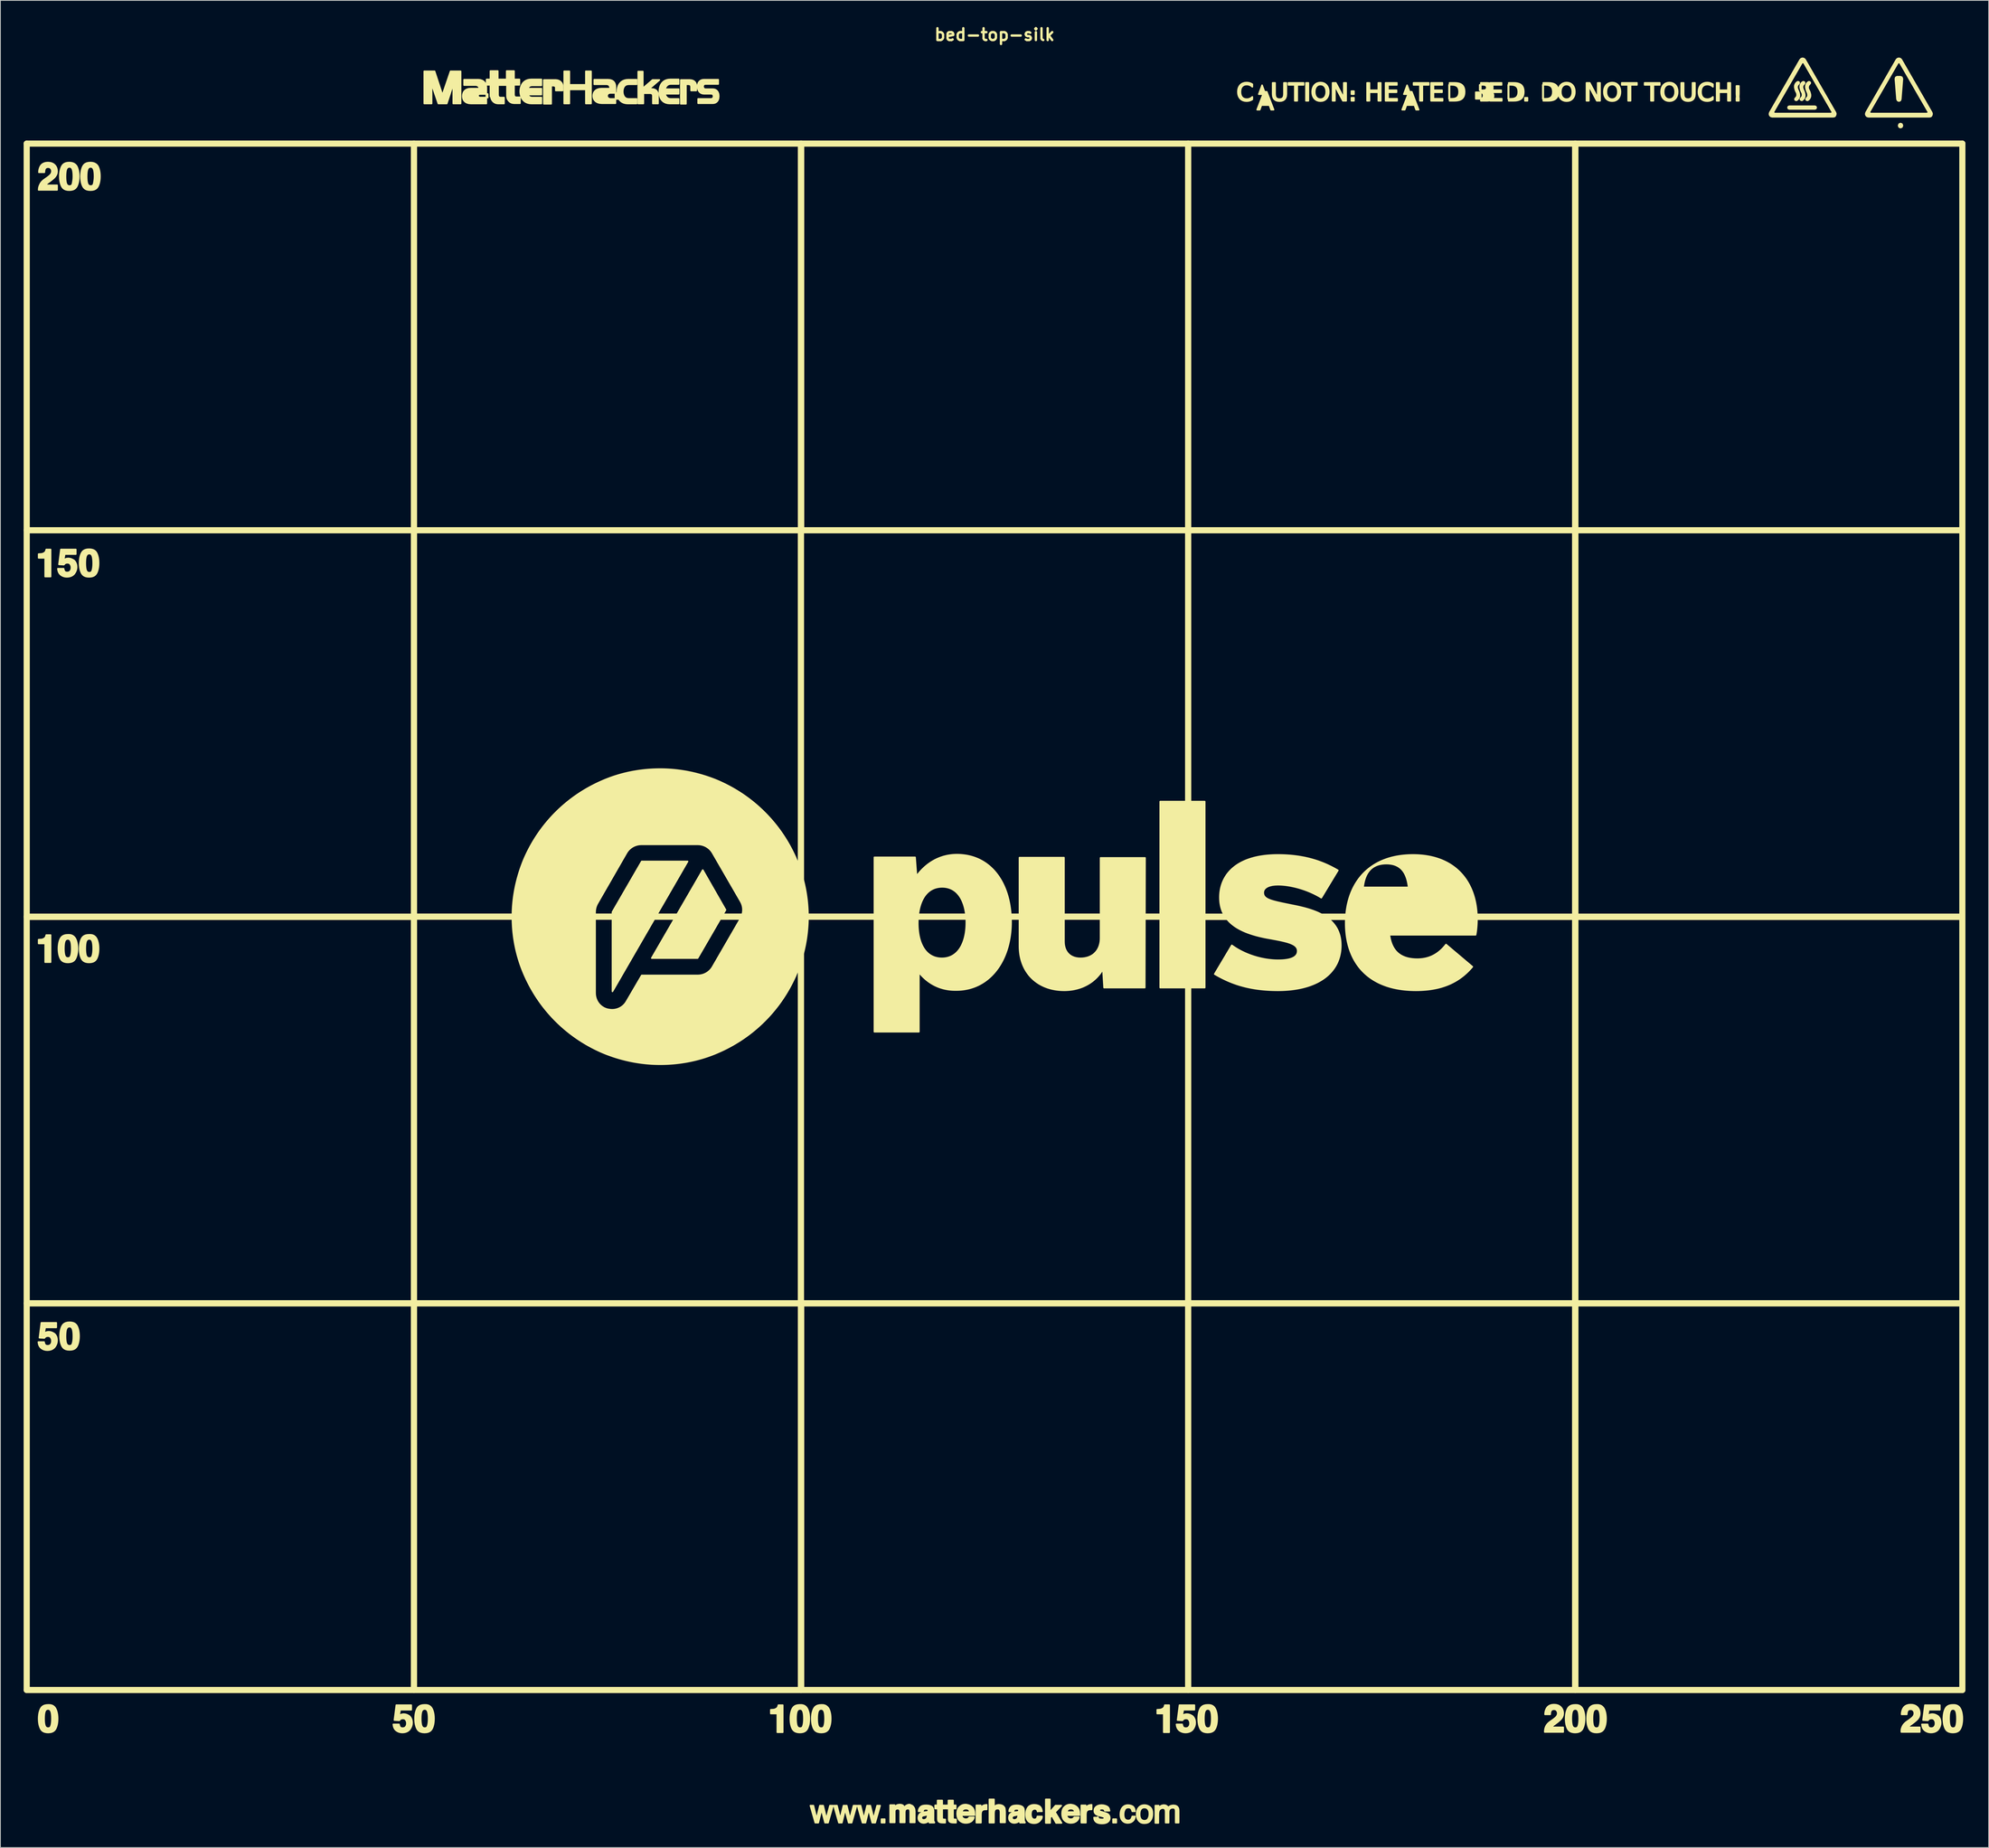
<source format=kicad_pcb>
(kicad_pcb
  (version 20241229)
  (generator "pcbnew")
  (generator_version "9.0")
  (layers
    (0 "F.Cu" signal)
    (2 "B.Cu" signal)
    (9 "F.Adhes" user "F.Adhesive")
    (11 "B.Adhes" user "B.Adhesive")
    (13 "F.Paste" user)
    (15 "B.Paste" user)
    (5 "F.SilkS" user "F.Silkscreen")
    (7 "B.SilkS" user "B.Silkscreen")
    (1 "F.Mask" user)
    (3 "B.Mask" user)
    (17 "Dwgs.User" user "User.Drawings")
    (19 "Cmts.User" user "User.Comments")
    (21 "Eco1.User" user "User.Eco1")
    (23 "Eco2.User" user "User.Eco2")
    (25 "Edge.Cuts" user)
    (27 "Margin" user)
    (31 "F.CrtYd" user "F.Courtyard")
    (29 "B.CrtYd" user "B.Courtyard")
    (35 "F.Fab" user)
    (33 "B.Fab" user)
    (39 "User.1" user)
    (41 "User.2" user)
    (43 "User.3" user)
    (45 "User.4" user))
  (footprint "bed-top-silk"
    (layer "F.Cu")
    (at 125.25 118.384)
    (property "Reference" "bed-top-silk" (at 0 -116.958 0) (layer "F.SilkS") (effects (font (size 1.524 1.524) (thickness 0.305))))
    (attr smd)
    (fp_line (start -124.853 -102.901) (end -74.898 -102.901) (stroke (width 0.794) (type solid)) (layer "F.SilkS"))
    (fp_line (start -124.853 -52.997) (end -124.853 -102.901) (stroke (width 0.794) (type solid)) (layer "F.SilkS"))
    (fp_line (start -124.853 -52.997) (end -74.898 -52.997) (stroke (width 0.794) (type solid)) (layer "F.SilkS"))
    (fp_line (start -124.853 -3.128) (end -74.898 -3.128) (stroke (width 0.794) (type solid)) (layer "F.SilkS"))
    (fp_line (start -124.853 -3.093) (end -124.853 -52.997) (stroke (width 0.794) (type solid)) (layer "F.SilkS"))
    (fp_line (start -124.853 46.777) (end -124.853 -3.128) (stroke (width 0.794) (type solid)) (layer "F.SilkS"))
    (fp_line (start -124.853 46.777) (end -74.898 46.777) (stroke (width 0.794) (type solid)) (layer "F.SilkS"))
    (fp_line (start -124.853 96.681) (end -124.853 46.777) (stroke (width 0.794) (type solid)) (layer "F.SilkS"))
    (fp_line (start -74.898 -102.901) (end -74.898 -52.997) (stroke (width 0.794) (type solid)) (layer "F.SilkS"))
    (fp_line (start -74.898 -102.901) (end -24.943 -102.901) (stroke (width 0.794) (type solid)) (layer "F.SilkS"))
    (fp_line (start -74.898 -52.997) (end -124.853 -52.997) (stroke (width 0.794) (type solid)) (layer "F.SilkS"))
    (fp_line (start -74.898 -52.997) (end -74.898 -102.901) (stroke (width 0.794) (type solid)) (layer "F.SilkS"))
    (fp_line (start -74.898 -52.997) (end -24.978 -52.997) (stroke (width 0.794) (type solid)) (layer "F.SilkS"))
    (fp_line (start -74.898 -52.997) (end -74.898 -3.093) (stroke (width 0.794) (type solid)) (layer "F.SilkS"))
    (fp_line (start -74.898 -3.128) (end -74.898 46.777) (stroke (width 0.794) (type solid)) (layer "F.SilkS"))
    (fp_line (start -74.898 -3.128) (end -74.898 -52.997) (stroke (width 0.794) (type solid)) (layer "F.SilkS"))
    (fp_line (start -74.898 -3.128) (end -52.649 -3.128) (stroke (width 0.794) (type solid)) (layer "F.SilkS"))
    (fp_line (start -74.898 -3.093) (end -124.853 -3.093) (stroke (width 0.794) (type solid)) (layer "F.SilkS"))
    (fp_line (start -74.898 46.777) (end -124.853 46.777) (stroke (width 0.794) (type solid)) (layer "F.SilkS"))
    (fp_line (start -74.898 46.777) (end -74.898 -3.128) (stroke (width 0.794) (type solid)) (layer "F.SilkS"))
    (fp_line (start -74.898 46.777) (end -74.898 96.681) (stroke (width 0.794) (type solid)) (layer "F.SilkS"))
    (fp_line (start -74.898 46.777) (end -24.943 46.777) (stroke (width 0.794) (type solid)) (layer "F.SilkS"))
    (fp_line (start -74.898 96.681) (end -124.853 96.681) (stroke (width 0.794) (type solid)) (layer "F.SilkS"))
    (fp_line (start -74.898 96.681) (end -74.898 46.777) (stroke (width 0.794) (type solid)) (layer "F.SilkS"))
    (fp_line (start -52.649 -3.128) (end -29.525 -3.128) (stroke (width 0.794) (type solid)) (layer "F.SilkS"))
    (fp_line (start -52.299 -3.128) (end -74.898 -3.128) (stroke (width 0.794) (type solid)) (layer "F.SilkS"))
    (fp_line (start -30.995 -3.128) (end -52.299 -3.128) (stroke (width 0.794) (type solid)) (layer "F.SilkS"))
    (fp_line (start -29.525 -3.128) (end -24.978 -3.128) (stroke (width 0.794) (type solid)) (layer "F.SilkS"))
    (fp_line (start -24.978 -102.901) (end 24.978 -102.901) (stroke (width 0.794) (type solid)) (layer "F.SilkS"))
    (fp_line (start -24.978 -52.997) (end -24.978 -102.901) (stroke (width 0.794) (type solid)) (layer "F.SilkS"))
    (fp_line (start -24.978 -52.997) (end -24.978 -3.128) (stroke (width 0.794) (type solid)) (layer "F.SilkS"))
    (fp_line (start -24.978 -52.997) (end 24.978 -52.997) (stroke (width 0.794) (type solid)) (layer "F.SilkS"))
    (fp_line (start -24.978 -3.128) (end -30.995 -3.128) (stroke (width 0.794) (type solid)) (layer "F.SilkS"))
    (fp_line (start -24.978 -3.128) (end -24.978 -52.997) (stroke (width 0.794) (type solid)) (layer "F.SilkS"))
    (fp_line (start -24.978 -3.128) (end -24.978 46.777) (stroke (width 0.794) (type solid)) (layer "F.SilkS"))
    (fp_line (start -24.978 -3.128) (end -10.915 -3.128) (stroke (width 0.794) (type solid)) (layer "F.SilkS"))
    (fp_line (start -24.978 46.777) (end -74.898 46.777) (stroke (width 0.794) (type solid)) (layer "F.SilkS"))
    (fp_line (start -24.978 46.777) (end -24.978 -3.128) (stroke (width 0.794) (type solid)) (layer "F.SilkS"))
    (fp_line (start -24.978 46.777) (end 24.978 46.777) (stroke (width 0.794) (type solid)) (layer "F.SilkS"))
    (fp_line (start -24.978 96.681) (end -24.978 46.777) (stroke (width 0.794) (type solid)) (layer "F.SilkS"))
    (fp_line (start -24.943 -102.901) (end -24.943 -52.997) (stroke (width 0.794) (type solid)) (layer "F.SilkS"))
    (fp_line (start -24.943 -52.997) (end -74.898 -52.997) (stroke (width 0.794) (type solid)) (layer "F.SilkS"))
    (fp_line (start -24.943 46.777) (end -24.943 96.681) (stroke (width 0.794) (type solid)) (layer "F.SilkS"))
    (fp_line (start -24.943 96.681) (end -74.898 96.681) (stroke (width 0.794) (type solid)) (layer "F.SilkS"))
    (fp_line (start -11.159 -3.128) (end -24.978 -3.128) (stroke (width 0.794) (type solid)) (layer "F.SilkS"))
    (fp_line (start -10.915 -3.128) (end -1.259 -3.128) (stroke (width 0.794) (type solid)) (layer "F.SilkS"))
    (fp_line (start -1.259 -3.128) (end 24.978 -3.128) (stroke (width 0.794) (type solid)) (layer "F.SilkS"))
    (fp_line (start -0.805 -3.128) (end -11.159 -3.128) (stroke (width 0.794) (type solid)) (layer "F.SilkS"))
    (fp_line (start 24.978 -102.901) (end 74.933 -102.901) (stroke (width 0.794) (type solid)) (layer "F.SilkS"))
    (fp_line (start 24.978 -52.997) (end 24.978 -102.901) (stroke (width 0.794) (type solid)) (layer "F.SilkS"))
    (fp_line (start 24.978 -52.997) (end 74.933 -52.997) (stroke (width 0.794) (type solid)) (layer "F.SilkS"))
    (fp_line (start 24.978 -3.128) (end 74.933 -3.128) (stroke (width 0.794) (type solid)) (layer "F.SilkS"))
    (fp_line (start 24.978 -3.093) (end 24.978 -52.997) (stroke (width 0.794) (type solid)) (layer "F.SilkS"))
    (fp_line (start 24.978 46.777) (end 24.978 -3.128) (stroke (width 0.794) (type solid)) (layer "F.SilkS"))
    (fp_line (start 24.978 46.777) (end 74.933 46.777) (stroke (width 0.794) (type solid)) (layer "F.SilkS"))
    (fp_line (start 24.978 96.681) (end 24.978 46.777) (stroke (width 0.794) (type solid)) (layer "F.SilkS"))
    (fp_line (start 24.978 -102.901) (end 24.978 -52.997) (stroke (width 0.794) (type solid)) (layer "F.SilkS"))
    (fp_line (start 24.978 -52.997) (end -24.978 -52.997) (stroke (width 0.794) (type solid)) (layer "F.SilkS"))
    (fp_line (start 24.978 -52.997) (end 24.978 -3.128) (stroke (width 0.794) (type solid)) (layer "F.SilkS"))
    (fp_line (start 24.978 -3.128) (end -0.805 -3.128) (stroke (width 0.794) (type solid)) (layer "F.SilkS"))
    (fp_line (start 24.978 -3.128) (end 24.978 46.777) (stroke (width 0.794) (type solid)) (layer "F.SilkS"))
    (fp_line (start 24.978 46.777) (end -24.978 46.777) (stroke (width 0.794) (type solid)) (layer "F.SilkS"))
    (fp_line (start 24.978 46.777) (end 24.978 96.681) (stroke (width 0.794) (type solid)) (layer "F.SilkS"))
    (fp_line (start 24.978 96.681) (end -24.978 96.681) (stroke (width 0.794) (type solid)) (layer "F.SilkS"))
    (fp_line (start 74.898 -102.901) (end 124.853 -102.901) (stroke (width 0.794) (type solid)) (layer "F.SilkS"))
    (fp_line (start 74.898 -52.997) (end 74.898 -102.901) (stroke (width 0.794) (type solid)) (layer "F.SilkS"))
    (fp_line (start 74.898 -52.997) (end 124.853 -52.997) (stroke (width 0.794) (type solid)) (layer "F.SilkS"))
    (fp_line (start 74.898 -3.128) (end 124.853 -3.128) (stroke (width 0.794) (type solid)) (layer "F.SilkS"))
    (fp_line (start 74.898 -3.093) (end 74.898 -52.997) (stroke (width 0.794) (type solid)) (layer "F.SilkS"))
    (fp_line (start 74.898 46.777) (end 74.898 -3.128) (stroke (width 0.794) (type solid)) (layer "F.SilkS"))
    (fp_line (start 74.898 46.777) (end 124.853 46.777) (stroke (width 0.794) (type solid)) (layer "F.SilkS"))
    (fp_line (start 74.898 96.681) (end 74.898 46.777) (stroke (width 0.794) (type solid)) (layer "F.SilkS"))
    (fp_line (start 74.933 -102.901) (end 74.933 -52.997) (stroke (width 0.794) (type solid)) (layer "F.SilkS"))
    (fp_line (start 74.933 -52.997) (end 24.978 -52.997) (stroke (width 0.794) (type solid)) (layer "F.SilkS"))
    (fp_line (start 74.933 -52.997) (end 74.933 -3.093) (stroke (width 0.794) (type solid)) (layer "F.SilkS"))
    (fp_line (start 74.933 -3.128) (end 74.933 46.777) (stroke (width 0.794) (type solid)) (layer "F.SilkS"))
    (fp_line (start 74.933 -3.093) (end 24.978 -3.093) (stroke (width 0.794) (type solid)) (layer "F.SilkS"))
    (fp_line (start 74.933 46.777) (end 24.978 46.777) (stroke (width 0.794) (type solid)) (layer "F.SilkS"))
    (fp_line (start 74.933 46.777) (end 74.933 96.681) (stroke (width 0.794) (type solid)) (layer "F.SilkS"))
    (fp_line (start 74.933 96.681) (end 24.978 96.681) (stroke (width 0.794) (type solid)) (layer "F.SilkS"))
    (fp_line (start 124.853 -102.901) (end 124.853 -52.997) (stroke (width 0.794) (type solid)) (layer "F.SilkS"))
    (fp_line (start 124.853 -52.997) (end 74.898 -52.997) (stroke (width 0.794) (type solid)) (layer "F.SilkS"))
    (fp_line (start 124.853 -52.997) (end 124.853 -3.093) (stroke (width 0.794) (type solid)) (layer "F.SilkS"))
    (fp_line (start 124.853 -3.128) (end 124.853 46.777) (stroke (width 0.794) (type solid)) (layer "F.SilkS"))
    (fp_line (start 124.853 -3.093) (end 74.898 -3.093) (stroke (width 0.794) (type solid)) (layer "F.SilkS"))
    (fp_line (start 124.853 46.777) (end 74.898 46.777) (stroke (width 0.794) (type solid)) (layer "F.SilkS"))
    (fp_line (start 124.853 46.777) (end 124.853 96.681) (stroke (width 0.794) (type solid)) (layer "F.SilkS"))
    (fp_line (start 124.853 96.681) (end 74.898 96.681) (stroke (width 0.794) (type solid)) (layer "F.SilkS"))
    (fp_poly (pts (xy -39.6 -10.257) (xy -45.512 -10.257) (xy -49.291 -3.722) (xy -49.291 6.518) (xy -39.6 -10.257)) (stroke (width 0.2) (type solid)) (fill yes) (layer "F.SilkS"))
    (fp_poly (pts (xy -37.641 -9.139) (xy -44.218 2.219) (xy -38.306 2.219) (xy -34.703 -4.001) (xy -37.641 -9.139)) (stroke (width 0.2) (type solid)) (fill yes) (layer "F.SilkS"))
    (fp_poly (pts (xy -14.588 113.351) (xy -14.168 113.351) (xy -14.168 113.805) (xy -14.588 113.805) (xy -14.588 113.351)) (stroke (width 0.2) (type solid)) (fill yes) (layer "F.SilkS"))
    (fp_poly (pts (xy 15.287 113.351) (xy 15.707 113.351) (xy 15.707 113.805) (xy 15.287 113.805) (xy 15.287 113.351)) (stroke (width 0.2) (type solid)) (fill yes) (layer "F.SilkS"))
    (fp_poly (pts (xy 21.374 6.028) (xy 21.374 -17.98) (xy 27.112 -17.98) (xy 27.112 6.028) (xy 21.374 6.028)) (stroke (width 0.2) (type solid)) (fill yes) (layer "F.SilkS"))
    (fp_poly (pts (xy 40.174 -110.737) (xy 40.487 -110.737) (xy 40.487 -108.426) (xy 40.174 -108.426) (xy 40.174 -110.737)) (stroke (width 0.2) (type solid)) (fill yes) (layer "F.SilkS"))
    (fp_poly (pts (xy 68.425 -108.819) (xy 68.752 -108.819) (xy 68.752 -108.426) (xy 68.425 -108.426) (xy 68.425 -108.819)) (stroke (width 0.2) (type solid)) (fill yes) (layer "F.SilkS"))
    (fp_poly (pts (xy 37.915 -110.737) (xy 39.872 -110.737) (xy 39.872 -110.474) (xy 39.051 -110.474) (xy 39.051 -108.426) (xy 38.736 -108.426) (xy 38.736 -110.474) (xy 37.915 -110.474) (xy 37.915 -110.737)) (stroke (width 0.2) (type solid)) (fill yes) (layer "F.SilkS"))
    (fp_poly (pts (xy 54.055 -110.737) (xy 56.012 -110.737) (xy 56.012 -110.474) (xy 55.19 -110.474) (xy 55.19 -108.426) (xy 54.876 -108.426) (xy 54.876 -110.474) (xy 54.055 -110.474) (xy 54.055 -110.737)) (stroke (width 0.2) (type solid)) (fill yes) (layer "F.SilkS"))
    (fp_poly (pts (xy 80.916 -110.737) (xy 82.873 -110.737) (xy 82.873 -110.474) (xy 82.051 -110.474) (xy 82.051 -108.426) (xy 81.737 -108.426) (xy 81.737 -110.474) (xy 80.916 -110.474) (xy 80.916 -110.737)) (stroke (width 0.2) (type solid)) (fill yes) (layer "F.SilkS"))
    (fp_poly (pts (xy 83.863 -110.737) (xy 85.82 -110.737) (xy 85.82 -110.474) (xy 84.998 -110.474) (xy 84.998 -108.426) (xy 84.684 -108.426) (xy 84.684 -110.474) (xy 83.863 -110.474) (xy 83.863 -110.737)) (stroke (width 0.2) (type solid)) (fill yes) (layer "F.SilkS"))
    (fp_poly (pts (xy 43.608 -110.737) (xy 44.029 -110.737) (xy 45.055 -108.803) (xy 45.055 -110.737) (xy 45.359 -110.737) (xy 45.359 -108.426) (xy 44.937 -108.426) (xy 43.911 -110.359) (xy 43.911 -108.426) (xy 43.608 -108.426) (xy 43.608 -110.737)) (stroke (width 0.2) (type solid)) (fill yes) (layer "F.SilkS"))
    (fp_poly (pts (xy 46.042 -108.819) (xy 46.369 -109.279) (xy 46.042 -109.279) (xy 46.042 -109.672) (xy 46.369 -109.672) (xy 46.369 -109.279) (xy 46.042 -108.819) (xy 46.369 -108.819) (xy 46.369 -108.426) (xy 46.042 -108.426) (xy 46.042 -108.819)) (stroke (width 0.2) (type solid)) (fill yes) (layer "F.SilkS"))
    (fp_poly (pts (xy 76.365 -110.737) (xy 76.786 -110.737) (xy 77.812 -108.803) (xy 77.812 -110.737) (xy 78.116 -110.737) (xy 78.116 -108.426) (xy 77.694 -108.426) (xy 76.668 -110.359) (xy 76.668 -108.426) (xy 76.365 -108.426) (xy 76.365 -110.737)) (stroke (width 0.2) (type solid)) (fill yes) (layer "F.SilkS"))
    (fp_poly (pts (xy 105.823 -107.375) (xy 102.534 -107.375) (xy 102.407 -107.423) (xy 102.359 -107.549) (xy 102.407 -107.676) (xy 102.534 -107.724) (xy 105.823 -107.724) (xy 105.949 -107.676) (xy 105.997 -107.549) (xy 105.949 -107.423) (xy 105.823 -107.375)) (stroke (width 0.2) (type solid)) (fill yes) (layer "F.SilkS"))
    (fp_poly (pts (xy -52.719 -109.891) (xy -52.719 -108.074) (xy -52.054 -108.074) (xy -52.054 -112.232) (xy -52.719 -112.232) (xy -52.719 -110.485) (xy -54.853 -110.485) (xy -54.853 -112.232) (xy -55.517 -112.232) (xy -55.517 -108.074) (xy -54.853 -108.074) (xy -54.853 -109.891) (xy -52.719 -109.891)) (stroke (width 0.2) (type solid)) (fill yes) (layer "F.SilkS"))
    (fp_poly (pts (xy 48.059 -110.737) (xy 48.372 -110.737) (xy 48.372 -109.79) (xy 49.51 -109.79) (xy 49.51 -110.737) (xy 49.823 -110.737) (xy 49.823 -108.426) (xy 49.51 -108.426) (xy 49.51 -109.526) (xy 48.372 -109.526) (xy 48.372 -108.426) (xy 48.059 -108.426) (xy 48.059 -110.737)) (stroke (width 0.2) (type solid)) (fill yes) (layer "F.SilkS"))
    (fp_poly (pts (xy 50.446 -110.737) (xy 51.908 -110.737) (xy 51.908 -110.474) (xy 50.759 -110.474) (xy 50.759 -109.79) (xy 51.86 -109.79) (xy 51.86 -109.526) (xy 50.759 -109.526) (xy 50.759 -108.689) (xy 51.936 -108.689) (xy 51.936 -108.426) (xy 50.446 -108.426) (xy 50.446 -110.737)) (stroke (width 0.2) (type solid)) (fill yes) (layer "F.SilkS"))
    (fp_poly (pts (xy 56.314 -110.737) (xy 57.777 -110.737) (xy 57.777 -110.474) (xy 56.627 -110.474) (xy 56.627 -109.79) (xy 57.728 -109.79) (xy 57.728 -109.526) (xy 56.627 -109.526) (xy 56.627 -108.689) (xy 57.804 -108.689) (xy 57.804 -108.426) (xy 56.314 -108.426) (xy 56.314 -110.737)) (stroke (width 0.2) (type solid)) (fill yes) (layer "F.SilkS"))
    (fp_poly (pts (xy 63.948 -110.737) (xy 65.411 -110.737) (xy 65.411 -110.474) (xy 64.261 -110.474) (xy 64.261 -109.79) (xy 65.363 -109.79) (xy 65.363 -109.526) (xy 64.261 -109.526) (xy 64.261 -108.689) (xy 65.439 -108.689) (xy 65.439 -108.426) (xy 63.948 -108.426) (xy 63.948 -110.737)) (stroke (width 0.2) (type solid)) (fill yes) (layer "F.SilkS"))
    (fp_poly (pts (xy 93.158 -110.737) (xy 93.471 -110.737) (xy 93.471 -109.79) (xy 94.609 -109.79) (xy 94.609 -110.737) (xy 94.922 -110.737) (xy 94.922 -108.426) (xy 94.609 -108.426) (xy 94.609 -109.526) (xy 93.471 -109.526) (xy 93.471 -108.426) (xy 93.158 -108.426) (xy 93.158 -110.737)) (stroke (width 0.2) (type solid)) (fill yes) (layer "F.SilkS"))
    (fp_poly (pts (xy 95.712 -108.819) (xy 95.712 -110.344) (xy 96.026 -110.344) (xy 96.026 -109.33) (xy 95.995 -108.777) (xy 95.744 -108.777) (xy 95.712 -109.33) (xy 95.712 -110.344) (xy 95.712 -108.819) (xy 96.026 -108.819) (xy 96.026 -108.426) (xy 95.712 -108.426) (xy 95.712 -108.819)) (stroke (width 0.2) (type solid)) (fill yes) (layer "F.SilkS"))
    (fp_poly (pts (xy -23.368 111.603) (xy -22.949 113.316) (xy -22.529 111.603) (xy -22.109 111.603) (xy -21.689 113.316) (xy -21.234 111.603) (xy -20.85 111.603) (xy -21.479 113.805) (xy -21.864 113.805) (xy -22.319 112.092) (xy -22.739 113.805) (xy -23.124 113.805) (xy -23.753 111.603) (xy -23.368 111.603)) (stroke (width 0.2) (type solid)) (fill yes) (layer "F.SilkS"))
    (fp_poly (pts (xy -20.325 111.603) (xy -19.905 113.316) (xy -19.485 111.603) (xy -19.066 111.603) (xy -18.646 113.316) (xy -18.191 111.603) (xy -17.806 111.603) (xy -18.436 113.805) (xy -18.821 113.805) (xy -19.275 112.092) (xy -19.695 113.805) (xy -20.08 113.805) (xy -20.71 111.603) (xy -20.325 111.603)) (stroke (width 0.2) (type solid)) (fill yes) (layer "F.SilkS"))
    (fp_poly (pts (xy -17.281 111.603) (xy -16.862 113.316) (xy -16.442 111.603) (xy -16.022 111.603) (xy -15.602 113.316) (xy -15.147 111.603) (xy -14.763 111.603) (xy -15.392 113.805) (xy -15.777 113.805) (xy -16.232 112.092) (xy -16.652 113.805) (xy -17.037 113.805) (xy -17.666 111.603) (xy -17.281 111.603)) (stroke (width 0.2) (type solid)) (fill yes) (layer "F.SilkS"))
    (fp_poly (pts (xy 6.577 110.799) (xy 7.136 110.799) (xy 7.136 112.442) (xy 7.871 111.603) (xy 8.606 111.603) (xy 7.801 112.442) (xy 8.641 113.84) (xy 7.941 113.84) (xy 7.416 112.896) (xy 7.171 113.141) (xy 7.171 113.84) (xy 6.612 113.84) (xy 6.612 110.799) (xy 6.577 110.799)) (stroke (width 0.2) (type solid)) (fill yes) (layer "F.SilkS"))
    (fp_poly (pts (xy 34.515 -110.429) (xy 34.765 -109.587) (xy 35.119 -109.587) (xy 36.001 -107.276) (xy 35.676 -107.276) (xy 35.465 -107.869) (xy 34.422 -107.869) (xy 34.211 -107.276) (xy 33.881 -107.276) (xy 34.765 -109.587) (xy 34.515 -110.429) (xy 34.091 -109.279) (xy 34.941 -109.279) (xy 34.515 -110.429)) (stroke (width 0.2) (type solid)) (fill yes) (layer "F.SilkS"))
    (fp_poly (pts (xy 53.224 -110.429) (xy 53.474 -109.587) (xy 53.828 -109.587) (xy 54.71 -107.276) (xy 54.385 -107.276) (xy 54.174 -107.869) (xy 53.131 -107.869) (xy 52.92 -107.276) (xy 52.59 -107.276) (xy 53.474 -109.587) (xy 53.224 -110.429) (xy 52.799 -109.279) (xy 53.65 -109.279) (xy 53.224 -110.429)) (stroke (width 0.2) (type solid)) (fill yes) (layer "F.SilkS"))
    (fp_poly (pts (xy -123.314 -49.467) (xy -123.314 -49.922) (xy -123.034 -49.939) (xy -122.859 -49.957) (xy -122.671 -50.031) (xy -122.509 -50.131) (xy -122.426 -50.241) (xy -122.369 -50.376) (xy -122.334 -50.516) (xy -121.775 -50.516) (xy -121.775 -47.021) (xy -122.474 -47.021) (xy -122.474 -49.433) (xy -123.314 -49.433) (xy -123.314 -49.467)) (stroke (width 0.2) (type solid)) (fill yes) (layer "F.SilkS"))
    (fp_poly (pts (xy -123.314 0.297) (xy -123.314 -0.157) (xy -123.034 -0.175) (xy -122.859 -0.192) (xy -122.671 -0.266) (xy -122.509 -0.367) (xy -122.426 -0.476) (xy -122.369 -0.612) (xy -122.334 -0.751) (xy -121.775 -0.751) (xy -121.775 2.743) (xy -122.474 2.743) (xy -122.474 0.332) (xy -123.314 0.332) (xy -123.314 0.297)) (stroke (width 0.2) (type solid)) (fill yes) (layer "F.SilkS"))
    (fp_poly (pts (xy -28.861 99.686) (xy -28.861 99.232) (xy -28.581 99.214) (xy -28.406 99.197) (xy -28.218 99.123) (xy -28.056 99.022) (xy -27.973 98.913) (xy -27.916 98.778) (xy -27.881 98.638) (xy -27.321 98.638) (xy -27.321 102.133) (xy -28.021 102.133) (xy -28.021 99.721) (xy -28.861 99.721) (xy -28.861 99.686)) (stroke (width 0.2) (type solid)) (fill yes) (layer "F.SilkS"))
    (fp_poly (pts (xy 20.99 99.686) (xy 20.99 99.232) (xy 21.269 99.214) (xy 21.444 99.197) (xy 21.632 99.123) (xy 21.794 99.022) (xy 21.877 98.913) (xy 21.934 98.778) (xy 21.969 98.638) (xy 22.529 98.638) (xy 22.529 102.133) (xy 21.829 102.133) (xy 21.829 99.721) (xy 20.99 99.721) (xy 20.99 99.686)) (stroke (width 0.2) (type solid)) (fill yes) (layer "F.SilkS"))
    (fp_poly (pts (xy -72.624 -112.232) (xy -73.569 -112.232) (xy -73.569 -108.074) (xy -72.624 -108.074) (xy -72.624 -110.625) (xy -71.749 -108.074) (xy -71.575 -108.074) (xy -70.84 -108.074) (xy -70.665 -108.074) (xy -69.825 -110.625) (xy -69.825 -108.074) (xy -68.881 -108.074) (xy -68.881 -112.232) (xy -69.825 -112.232) (xy -70.175 -112.232) (xy -71.225 -109.157) (xy -72.239 -112.232) (xy -72.624 -112.232)) (stroke (width 0.2) (type solid)) (fill yes) (layer "F.SilkS"))
    (fp_poly (pts (xy -57.197 -110.38) (xy -56.847 -110.38) (xy -56.659 -110.301) (xy -56.602 -110.17) (xy -56.602 -109.751) (xy -55.727 -109.751) (xy -55.727 -110.38) (xy -55.756 -110.544) (xy -55.838 -110.71) (xy -55.968 -110.865) (xy -56.142 -110.994) (xy -56.355 -111.081) (xy -56.602 -111.114) (xy -57.197 -111.114) (xy -57.721 -111.114) (xy -58.141 -111.114) (xy -58.141 -108.039) (xy -57.197 -108.039) (xy -57.197 -110.38)) (stroke (width 0.2) (type solid)) (fill yes) (layer "F.SilkS"))
    (fp_poly (pts (xy -1.049 111.498) (xy -1.014 111.498) (xy -1.014 112.092) (xy -1.119 112.092) (xy -1.189 112.092) (xy -1.402 112.117) (xy -1.56 112.196) (xy -1.679 112.337) (xy -1.727 112.49) (xy -1.749 112.722) (xy -1.749 113.805) (xy -2.344 113.805) (xy -2.344 111.568) (xy -1.784 111.568) (xy -1.784 111.953) (xy -1.649 111.769) (xy -1.539 111.638) (xy -1.321 111.542) (xy -1.049 111.498)) (stroke (width 0.2) (type solid)) (fill yes) (layer "F.SilkS"))
    (fp_poly (pts (xy 12.489 111.498) (xy 12.524 111.498) (xy 12.524 112.092) (xy 12.419 112.092) (xy 12.349 112.092) (xy 12.136 112.117) (xy 11.978 112.196) (xy 11.859 112.337) (xy 11.811 112.49) (xy 11.789 112.722) (xy 11.789 113.805) (xy 11.194 113.805) (xy 11.194 111.568) (xy 11.754 111.568) (xy 11.754 111.953) (xy 11.89 111.769) (xy 11.999 111.638) (xy 12.218 111.542) (xy 12.489 111.498)) (stroke (width 0.2) (type solid)) (fill yes) (layer "F.SilkS"))
    (fp_poly (pts (xy -39.81 -110.555) (xy -39.46 -110.555) (xy -39.286 -110.52) (xy -39.181 -110.415) (xy -39.146 -110.24) (xy -39.146 -109.751) (xy -38.481 -109.751) (xy -38.481 -110.38) (xy -38.499 -110.544) (xy -38.559 -110.71) (xy -38.665 -110.865) (xy -38.823 -110.994) (xy -39.04 -111.081) (xy -39.321 -111.114) (xy -39.845 -111.114) (xy -40.02 -111.114) (xy -40.475 -111.114) (xy -40.475 -108.039) (xy -39.81 -108.039) (xy -39.81 -110.555)) (stroke (width 0.2) (type solid)) (fill yes) (layer "F.SilkS"))
    (fp_poly (pts (xy -45.303 -109.402) (xy -44.393 -109.402) (xy -44.218 -109.367) (xy -44.113 -109.262) (xy -44.078 -109.087) (xy -44.078 -108.074) (xy -43.413 -108.074) (xy -43.413 -109.227) (xy -43.432 -109.39) (xy -43.491 -109.557) (xy -43.597 -109.712) (xy -43.756 -109.84) (xy -43.972 -109.928) (xy -44.253 -109.961) (xy -44.568 -109.961) (xy -43.239 -111.114) (xy -44.113 -111.114) (xy -45.373 -110.031) (xy -45.373 -112.197) (xy -45.967 -112.197) (xy -45.967 -108.074) (xy -45.303 -108.074) (xy -45.303 -109.402)) (stroke (width 0.2) (type solid)) (fill yes) (layer "F.SilkS"))
    (fp_poly (pts (xy -7.661 111.988) (xy -7.661 111.568) (xy -7.346 111.568) (xy -7.346 110.939) (xy -6.752 110.939) (xy -6.752 111.568) (xy -6.402 111.568) (xy -6.402 111.988) (xy -6.752 111.988) (xy -6.752 113.176) (xy -6.717 113.351) (xy -6.507 113.386) (xy -6.437 113.386) (xy -6.367 113.386) (xy -6.367 113.805) (xy -6.647 113.805) (xy -6.893 113.792) (xy -7.077 113.748) (xy -7.206 113.665) (xy -7.285 113.534) (xy -7.311 113.351) (xy -7.311 111.988) (xy -7.661 111.988)) (stroke (width 0.2) (type solid)) (fill yes) (layer "F.SilkS"))
    (fp_poly (pts (xy -6.262 111.988) (xy -6.262 111.568) (xy -5.947 111.568) (xy -5.947 110.939) (xy -5.352 110.939) (xy -5.352 111.568) (xy -5.003 111.568) (xy -5.003 111.988) (xy -5.352 111.988) (xy -5.352 113.176) (xy -5.317 113.351) (xy -5.107 113.386) (xy -5.038 113.386) (xy -4.968 113.386) (xy -4.968 113.805) (xy -5.247 113.805) (xy -5.494 113.792) (xy -5.678 113.748) (xy -5.807 113.665) (xy -5.886 113.534) (xy -5.912 113.351) (xy -5.912 111.988) (xy -6.262 111.988)) (stroke (width 0.2) (type solid)) (fill yes) (layer "F.SilkS"))
    (fp_poly (pts (xy 116.212 -111.254) (xy 116.632 -105.208) (xy 116.632 -105.243) (xy 116.702 -105.418) (xy 116.877 -105.487) (xy 117.052 -105.418) (xy 117.122 -105.243) (xy 117.122 -105.208) (xy 117.052 -105.033) (xy 116.877 -104.963) (xy 116.702 -105.033) (xy 116.632 -105.208) (xy 116.212 -111.254) (xy 116.265 -111.446) (xy 116.422 -111.533) (xy 116.877 -111.533) (xy 117.052 -111.459) (xy 117.122 -111.254) (xy 116.912 -108.633) (xy 116.842 -108.458) (xy 116.667 -108.388) (xy 116.505 -108.458) (xy 116.422 -108.633) (xy 116.212 -111.254)) (stroke (width 0.2) (type solid)) (fill yes) (layer "F.SilkS"))
    (fp_poly (pts (xy 108.201 -106.361) (xy 100.645 -106.781) (xy 107.922 -106.781) (xy 108.07 -106.864) (xy 108.061 -107.025) (xy 104.423 -113.316) (xy 104.27 -113.394) (xy 104.143 -113.316) (xy 100.505 -107.025) (xy 100.496 -106.864) (xy 100.645 -106.781) (xy 108.201 -106.361) (xy 100.33 -106.361) (xy 100.147 -106.409) (xy 100.015 -106.536) (xy 99.963 -106.715) (xy 100.015 -106.92) (xy 103.933 -113.735) (xy 104.065 -113.862) (xy 104.248 -113.91) (xy 104.432 -113.862) (xy 104.563 -113.735) (xy 108.481 -106.92) (xy 108.534 -106.741) (xy 108.481 -106.536) (xy 108.394 -106.409) (xy 108.201 -106.361)) (stroke (width 0.2) (type solid)) (fill yes) (layer "F.SilkS"))
    (fp_poly (pts (xy 120.62 -106.361) (xy 113.029 -106.781) (xy 120.305 -106.781) (xy 120.454 -106.864) (xy 120.445 -107.025) (xy 116.807 -113.316) (xy 116.68 -113.394) (xy 116.527 -113.316) (xy 112.889 -107.025) (xy 112.88 -106.864) (xy 113.029 -106.781) (xy 120.62 -106.361) (xy 112.749 -106.361) (xy 112.565 -106.409) (xy 112.434 -106.536) (xy 112.382 -106.715) (xy 112.434 -106.92) (xy 116.352 -113.735) (xy 116.484 -113.862) (xy 116.667 -113.91) (xy 116.851 -113.862) (xy 116.982 -113.735) (xy 120.9 -106.92) (xy 120.953 -106.741) (xy 120.9 -106.536) (xy 120.8 -106.409) (xy 120.62 -106.361)) (stroke (width 0.2) (type solid)) (fill yes) (layer "F.SilkS"))
    (fp_poly (pts (xy 0.945 111.568) (xy 1.098 111.647) (xy 1.224 111.778) (xy 1.303 111.9) (xy 1.329 112.023) (xy 1.347 112.206) (xy 1.364 112.442) (xy 1.364 113.77) (xy 0.77 113.77) (xy 0.77 112.407) (xy 0.748 112.254) (xy 0.7 112.127) (xy 0.582 112.018) (xy 0.385 111.988) (xy 0.184 112.018) (xy 0.035 112.127) (xy -0.044 112.315) (xy -0.07 112.582) (xy -0.07 113.805) (xy -0.665 113.805) (xy -0.665 110.799) (xy -0.07 110.799) (xy -0.07 111.848) (xy 0.057 111.682) (xy 0.21 111.568) (xy 0.385 111.52) (xy 0.56 111.498) (xy 0.765 111.52) (xy 0.945 111.568)) (stroke (width 0.2) (type solid)) (fill yes) (layer "F.SilkS"))
    (fp_poly (pts (xy 35.877 -110.737) (xy 36.192 -110.737) (xy 36.192 -109.333) (xy 36.207 -109.108) (xy 36.252 -108.93) (xy 36.327 -108.797) (xy 36.503 -108.675) (xy 36.763 -108.635) (xy 37.023 -108.675) (xy 37.199 -108.797) (xy 37.274 -108.93) (xy 37.319 -109.108) (xy 37.334 -109.333) (xy 37.334 -110.737) (xy 37.648 -110.737) (xy 37.648 -109.294) (xy 37.623 -109.017) (xy 37.548 -108.79) (xy 37.424 -108.612) (xy 37.251 -108.483) (xy 37.031 -108.407) (xy 36.763 -108.381) (xy 36.495 -108.407) (xy 36.274 -108.483) (xy 36.1 -108.612) (xy 35.976 -108.79) (xy 35.902 -109.017) (xy 35.877 -109.294) (xy 35.877 -110.737)) (stroke (width 0.2) (type solid)) (fill yes) (layer "F.SilkS"))
    (fp_poly (pts (xy 88.584 -110.737) (xy 88.899 -110.737) (xy 88.899 -109.333) (xy 88.914 -109.108) (xy 88.959 -108.93) (xy 89.033 -108.797) (xy 89.21 -108.675) (xy 89.47 -108.635) (xy 89.73 -108.675) (xy 89.906 -108.797) (xy 89.981 -108.93) (xy 90.026 -109.108) (xy 90.041 -109.333) (xy 90.041 -110.737) (xy 90.355 -110.737) (xy 90.355 -109.294) (xy 90.33 -109.017) (xy 90.255 -108.79) (xy 90.131 -108.612) (xy 89.958 -108.483) (xy 89.738 -108.407) (xy 89.47 -108.381) (xy 89.202 -108.407) (xy 88.981 -108.483) (xy 88.807 -108.612) (xy 88.683 -108.79) (xy 88.609 -109.017) (xy 88.584 -109.294) (xy 88.584 -110.737)) (stroke (width 0.2) (type solid)) (fill yes) (layer "F.SilkS"))
    (fp_poly (pts (xy 103.514 -110.205) (xy 103.521 -110.387) (xy 103.599 -110.56) (xy 103.724 -110.695) (xy 103.759 -110.834) (xy 103.619 -110.869) (xy 103.461 -110.746) (xy 103.352 -110.59) (xy 103.289 -110.407) (xy 103.269 -110.205) (xy 103.29 -110.022) (xy 103.341 -109.83) (xy 103.409 -109.646) (xy 103.505 -109.432) (xy 103.549 -109.192) (xy 103.541 -109.011) (xy 103.463 -108.837) (xy 103.339 -108.703) (xy 103.304 -108.563) (xy 103.444 -108.528) (xy 103.602 -108.651) (xy 103.71 -108.807) (xy 103.773 -108.99) (xy 103.794 -109.192) (xy 103.773 -109.376) (xy 103.721 -109.567) (xy 103.654 -109.751) (xy 103.557 -109.965) (xy 103.514 -110.205)) (stroke (width 0.2) (type solid)) (fill yes) (layer "F.SilkS"))
    (fp_poly (pts (xy 104.213 -110.205) (xy 104.221 -110.387) (xy 104.299 -110.56) (xy 104.423 -110.695) (xy 104.458 -110.834) (xy 104.318 -110.869) (xy 104.16 -110.746) (xy 104.052 -110.59) (xy 103.989 -110.407) (xy 103.968 -110.205) (xy 103.989 -110.022) (xy 104.041 -109.83) (xy 104.108 -109.646) (xy 104.205 -109.432) (xy 104.248 -109.192) (xy 104.241 -109.011) (xy 104.163 -108.837) (xy 104.038 -108.703) (xy 104.003 -108.563) (xy 104.143 -108.528) (xy 104.301 -108.651) (xy 104.41 -108.807) (xy 104.473 -108.99) (xy 104.493 -109.192) (xy 104.472 -109.376) (xy 104.421 -109.567) (xy 104.353 -109.751) (xy 104.27 -109.965) (xy 104.213 -110.205)) (stroke (width 0.2) (type solid)) (fill yes) (layer "F.SilkS"))
    (fp_poly (pts (xy 105.053 -109.751) (xy 104.957 -109.965) (xy 104.913 -110.205) (xy 104.921 -110.387) (xy 104.999 -110.56) (xy 105.123 -110.695) (xy 105.158 -110.834) (xy 105.018 -110.869) (xy 104.86 -110.746) (xy 104.751 -110.59) (xy 104.688 -110.407) (xy 104.668 -110.205) (xy 104.689 -110.022) (xy 104.741 -109.83) (xy 104.808 -109.646) (xy 104.904 -109.432) (xy 104.948 -109.192) (xy 104.94 -109.011) (xy 104.862 -108.837) (xy 104.738 -108.703) (xy 104.703 -108.563) (xy 104.843 -108.528) (xy 105.001 -108.651) (xy 105.11 -108.807) (xy 105.173 -108.99) (xy 105.193 -109.192) (xy 105.195 -109.391) (xy 105.144 -109.575) (xy 105.053 -109.751)) (stroke (width 0.2) (type solid)) (fill yes) (layer "F.SilkS"))
    (fp_poly (pts (xy -59.715 -108.074) (xy -58.456 -108.074) (xy -58.456 -108.842) (xy -59.715 -108.842) (xy -59.928 -108.895) (xy -60.086 -109.034) (xy -60.205 -109.227) (xy -58.456 -109.227) (xy -58.456 -109.996) (xy -60.205 -109.996) (xy -60.102 -110.213) (xy -59.936 -110.361) (xy -59.715 -110.415) (xy -58.456 -110.415) (xy -58.456 -111.184) (xy -59.75 -111.184) (xy -60.028 -111.163) (xy -60.271 -111.104) (xy -60.482 -111.011) (xy -60.661 -110.889) (xy -60.81 -110.744) (xy -60.932 -110.58) (xy -61.027 -110.402) (xy -61.099 -110.214) (xy -61.148 -110.023) (xy -61.176 -109.832) (xy -61.185 -109.646) (xy -61.176 -109.452) (xy -61.147 -109.254) (xy -61.098 -109.057) (xy -61.026 -108.865) (xy -60.928 -108.683) (xy -60.804 -108.517) (xy -60.652 -108.37) (xy -60.468 -108.247) (xy -60.252 -108.154) (xy -60.002 -108.094) (xy -59.715 -108.074)) (stroke (width 0.2) (type solid)) (fill yes) (layer "F.SilkS"))
    (fp_poly (pts (xy 58.632 -110.48) (xy 58.697 -110.737) (xy 59.34 -110.737) (xy 59.595 -110.726) (xy 59.821 -110.692) (xy 60.018 -110.636) (xy 60.187 -110.558) (xy 60.327 -110.457) (xy 60.465 -110.298) (xy 60.563 -110.099) (xy 60.622 -109.861) (xy 60.642 -109.584) (xy 60.622 -109.305) (xy 60.563 -109.065) (xy 60.464 -108.866) (xy 60.325 -108.706) (xy 60.185 -108.605) (xy 60.016 -108.527) (xy 59.819 -108.471) (xy 59.594 -108.437) (xy 59.34 -108.426) (xy 58.697 -108.426) (xy 58.697 -110.737) (xy 58.632 -110.48) (xy 58.632 -108.683) (xy 59.01 -108.683) (xy 59.301 -108.707) (xy 59.534 -108.779) (xy 59.71 -108.899) (xy 59.834 -109.072) (xy 59.909 -109.3) (xy 59.933 -109.584) (xy 59.909 -109.866) (xy 59.834 -110.092) (xy 59.71 -110.263) (xy 59.534 -110.384) (xy 59.301 -110.456) (xy 59.01 -110.48) (xy 58.632 -110.48)) (stroke (width 0.2) (type solid)) (fill yes) (layer "F.SilkS"))
    (fp_poly (pts (xy 66.266 -110.48) (xy 66.331 -110.737) (xy 66.974 -110.737) (xy 67.229 -110.726) (xy 67.455 -110.692) (xy 67.653 -110.636) (xy 67.821 -110.558) (xy 67.962 -110.457) (xy 68.099 -110.298) (xy 68.197 -110.099) (xy 68.256 -109.861) (xy 68.276 -109.584) (xy 68.256 -109.305) (xy 68.197 -109.065) (xy 68.098 -108.866) (xy 67.96 -108.706) (xy 67.819 -108.605) (xy 67.651 -108.527) (xy 67.453 -108.471) (xy 67.228 -108.437) (xy 66.974 -108.426) (xy 66.331 -108.426) (xy 66.331 -110.737) (xy 66.266 -110.48) (xy 66.266 -108.683) (xy 66.644 -108.683) (xy 66.935 -108.707) (xy 67.169 -108.779) (xy 67.345 -108.899) (xy 67.469 -109.072) (xy 67.543 -109.3) (xy 67.568 -109.584) (xy 67.543 -109.866) (xy 67.469 -110.092) (xy 67.345 -110.263) (xy 67.169 -110.384) (xy 66.935 -110.456) (xy 66.644 -110.48) (xy 66.266 -110.48)) (stroke (width 0.2) (type solid)) (fill yes) (layer "F.SilkS"))
    (fp_poly (pts (xy 70.727 -110.48) (xy 70.792 -110.737) (xy 71.436 -110.737) (xy 71.69 -110.726) (xy 71.916 -110.692) (xy 72.114 -110.636) (xy 72.282 -110.558) (xy 72.423 -110.457) (xy 72.56 -110.298) (xy 72.658 -110.099) (xy 72.717 -109.861) (xy 72.737 -109.584) (xy 72.717 -109.305) (xy 72.658 -109.065) (xy 72.559 -108.866) (xy 72.421 -108.706) (xy 72.28 -108.605) (xy 72.112 -108.527) (xy 71.915 -108.471) (xy 71.689 -108.437) (xy 71.436 -108.426) (xy 70.792 -108.426) (xy 70.792 -110.737) (xy 70.727 -110.48) (xy 70.727 -108.683) (xy 71.105 -108.683) (xy 71.396 -108.707) (xy 71.63 -108.779) (xy 71.806 -108.899) (xy 71.93 -109.072) (xy 72.004 -109.3) (xy 72.029 -109.584) (xy 72.004 -109.866) (xy 71.93 -110.092) (xy 71.806 -110.263) (xy 71.63 -110.384) (xy 71.396 -110.456) (xy 71.105 -110.48) (xy 70.727 -110.48)) (stroke (width 0.2) (type solid)) (fill yes) (layer "F.SilkS"))
    (fp_poly (pts (xy -47.297 -108.074) (xy -46.177 -108.074) (xy -46.177 -108.668) (xy -47.227 -108.668) (xy -47.463 -108.706) (xy -47.65 -108.811) (xy -47.791 -108.969) (xy -47.887 -109.165) (xy -47.943 -109.384) (xy -47.961 -109.611) (xy -47.943 -109.851) (xy -47.887 -110.073) (xy -47.791 -110.266) (xy -47.65 -110.419) (xy -47.463 -110.519) (xy -47.227 -110.555) (xy -46.177 -110.555) (xy -46.177 -111.149) (xy -47.227 -111.149) (xy -47.512 -111.128) (xy -47.76 -111.069) (xy -47.973 -110.976) (xy -48.152 -110.854) (xy -48.3 -110.709) (xy -48.42 -110.545) (xy -48.512 -110.367) (xy -48.581 -110.179) (xy -48.627 -109.988) (xy -48.653 -109.797) (xy -48.661 -109.611) (xy -48.661 -109.418) (xy -48.643 -109.222) (xy -48.603 -109.028) (xy -48.54 -108.84) (xy -48.452 -108.663) (xy -48.338 -108.502) (xy -48.194 -108.359) (xy -48.021 -108.241) (xy -47.814 -108.151) (xy -47.574 -108.094) (xy -47.297 -108.074)) (stroke (width 0.2) (type solid)) (fill yes) (layer "F.SilkS"))
    (fp_poly (pts (xy -64.963 -108.982) (xy -64.934 -108.769) (xy -64.851 -108.56) (xy -64.718 -108.371) (xy -64.538 -108.216) (xy -64.315 -108.112) (xy -64.053 -108.074) (xy -63.284 -108.074) (xy -63.284 -108.842) (xy -63.773 -108.842) (xy -63.979 -108.904) (xy -64.053 -109.122) (xy -64.053 -110.45) (xy -62.899 -110.45) (xy -62.899 -109.017) (xy -62.87 -108.804) (xy -62.787 -108.595) (xy -62.654 -108.406) (xy -62.474 -108.251) (xy -62.251 -108.147) (xy -61.989 -108.109) (xy -61.22 -108.109) (xy -61.22 -108.877) (xy -61.709 -108.877) (xy -61.915 -108.938) (xy -61.989 -109.157) (xy -61.989 -110.485) (xy -61.29 -110.485) (xy -61.29 -111.184) (xy -61.989 -111.184) (xy -61.989 -112.267) (xy -62.934 -112.267) (xy -62.934 -111.184) (xy -64.088 -111.184) (xy -64.088 -112.267) (xy -65.033 -112.267) (xy -65.033 -111.184) (xy -65.523 -111.184) (xy -65.523 -110.485) (xy -65.033 -110.485) (xy -65.033 -108.982) (xy -64.963 -108.982)) (stroke (width 0.2) (type solid)) (fill yes) (layer "F.SilkS"))
    (fp_poly (pts (xy -41.874 -108.074) (xy -40.755 -108.074) (xy -40.755 -108.668) (xy -41.804 -108.668) (xy -42.032 -108.703) (xy -42.212 -108.801) (xy -42.348 -108.947) (xy -42.445 -109.128) (xy -42.504 -109.332) (xy -40.755 -109.332) (xy -40.755 -109.926) (xy -42.504 -109.926) (xy -42.441 -110.129) (xy -42.338 -110.31) (xy -42.197 -110.457) (xy -42.018 -110.554) (xy -41.804 -110.59) (xy -40.755 -110.59) (xy -40.755 -111.184) (xy -41.804 -111.184) (xy -42.09 -111.163) (xy -42.338 -111.104) (xy -42.551 -111.011) (xy -42.73 -110.889) (xy -42.878 -110.744) (xy -42.997 -110.58) (xy -43.09 -110.402) (xy -43.158 -110.214) (xy -43.204 -110.023) (xy -43.23 -109.832) (xy -43.239 -109.646) (xy -43.239 -109.444) (xy -43.22 -109.241) (xy -43.181 -109.041) (xy -43.118 -108.849) (xy -43.03 -108.669) (xy -42.915 -108.505) (xy -42.772 -108.361) (xy -42.598 -108.242) (xy -42.392 -108.151) (xy -42.151 -108.094) (xy -41.874 -108.074)) (stroke (width 0.2) (type solid)) (fill yes) (layer "F.SilkS"))
    (fp_poly (pts (xy -67.552 -109.996) (xy -66.572 -108.912) (xy -66.642 -109.087) (xy -66.59 -109.231) (xy -66.432 -109.297) (xy -65.383 -109.297) (xy -65.383 -108.842) (xy -66.397 -108.842) (xy -66.572 -108.912) (xy -67.552 -109.996) (xy -67.852 -109.969) (xy -68.096 -109.893) (xy -68.288 -109.776) (xy -68.43 -109.622) (xy -68.528 -109.44) (xy -68.583 -109.236) (xy -68.601 -109.017) (xy -68.581 -108.8) (xy -68.521 -108.601) (xy -68.417 -108.426) (xy -68.266 -108.28) (xy -68.068 -108.169) (xy -67.819 -108.098) (xy -67.517 -108.074) (xy -66.432 -108.074) (xy -66.292 -108.074) (xy -65.558 -108.074) (xy -65.558 -110.135) (xy -65.579 -110.357) (xy -65.643 -110.566) (xy -65.75 -110.754) (xy -65.9 -110.915) (xy -66.093 -111.04) (xy -66.329 -111.12) (xy -66.607 -111.149) (xy -68.426 -111.149) (xy -68.426 -110.45) (xy -66.887 -110.45) (xy -66.685 -110.396) (xy -66.529 -110.248) (xy -66.467 -110.031) (xy -66.467 -109.996) (xy -67.552 -109.996)) (stroke (width 0.2) (type solid)) (fill yes) (layer "F.SilkS"))
    (fp_poly (pts (xy -37.501 -109.332) (xy -36.522 -109.332) (xy -36.387 -109.295) (xy -36.284 -109.182) (xy -36.242 -108.982) (xy -36.329 -108.746) (xy -36.522 -108.668) (xy -38.236 -108.668) (xy -38.236 -108.109) (xy -36.347 -108.109) (xy -36.156 -108.13) (xy -35.976 -108.197) (xy -35.818 -108.314) (xy -35.691 -108.486) (xy -35.608 -108.719) (xy -35.577 -109.017) (xy -35.608 -109.315) (xy -35.691 -109.548) (xy -35.818 -109.72) (xy -35.976 -109.838) (xy -36.156 -109.905) (xy -36.347 -109.926) (xy -37.327 -109.926) (xy -37.446 -109.962) (xy -37.557 -110.076) (xy -37.606 -110.275) (xy -37.557 -110.465) (xy -37.446 -110.563) (xy -37.327 -110.59) (xy -35.647 -110.59) (xy -35.647 -111.149) (xy -37.501 -111.149) (xy -37.719 -111.123) (xy -37.912 -111.045) (xy -38.074 -110.917) (xy -38.198 -110.74) (xy -38.278 -110.514) (xy -38.306 -110.24) (xy -38.263 -109.967) (xy -38.175 -109.741) (xy -38.048 -109.563) (xy -37.889 -109.435) (xy -37.704 -109.358) (xy -37.501 -109.332)) (stroke (width 0.2) (type solid)) (fill yes) (layer "F.SilkS"))
    (fp_poly (pts (xy -50.69 -109.996) (xy -49.937 -108.875) (xy -49.99 -109.052) (xy -49.946 -109.229) (xy -49.824 -109.376) (xy -49.64 -109.436) (xy -48.521 -109.436) (xy -48.521 -108.668) (xy -49.605 -108.668) (xy -49.798 -108.728) (xy -49.937 -108.875) (xy -50.69 -109.996) (xy -50.992 -109.969) (xy -51.241 -109.894) (xy -51.44 -109.778) (xy -51.59 -109.629) (xy -51.694 -109.453) (xy -51.755 -109.258) (xy -51.774 -109.052) (xy -51.753 -108.846) (xy -51.687 -108.651) (xy -51.576 -108.475) (xy -51.419 -108.326) (xy -51.213 -108.21) (xy -50.959 -108.135) (xy -50.655 -108.109) (xy -49.57 -108.109) (xy -49.5 -108.109) (xy -48.906 -108.109) (xy -48.906 -110.17) (xy -48.92 -110.39) (xy -48.965 -110.594) (xy -49.049 -110.776) (xy -49.177 -110.929) (xy -49.355 -111.047) (xy -49.589 -111.122) (xy -49.885 -111.149) (xy -51.634 -111.149) (xy -51.634 -110.555) (xy -49.99 -110.555) (xy -49.797 -110.502) (xy -49.659 -110.363) (xy -49.605 -110.17) (xy -49.605 -109.996) (xy -50.69 -109.996)) (stroke (width 0.2) (type solid)) (fill yes) (layer "F.SilkS"))
    (fp_poly (pts (xy -10.705 111.568) (xy -10.569 111.647) (xy -10.46 111.778) (xy -10.377 111.905) (xy -10.32 112.058) (xy -10.302 112.189) (xy -10.285 112.372) (xy -10.285 113.77) (xy -10.88 113.77) (xy -10.88 112.337) (xy -10.915 112.127) (xy -11.015 112.018) (xy -11.194 111.988) (xy -11.409 112.04) (xy -11.544 112.197) (xy -11.579 112.442) (xy -11.579 113.77) (xy -12.174 113.77) (xy -12.174 112.442) (xy -12.178 112.263) (xy -12.209 112.162) (xy -12.31 112.036) (xy -12.489 111.988) (xy -12.703 112.036) (xy -12.839 112.162) (xy -12.869 112.276) (xy -12.874 112.442) (xy -12.874 113.77) (xy -13.468 113.77) (xy -13.468 111.533) (xy -12.909 111.533) (xy -12.909 111.848) (xy -12.804 111.699) (xy -12.699 111.603) (xy -12.511 111.507) (xy -12.244 111.463) (xy -12.008 111.49) (xy -11.824 111.568) (xy -11.719 111.695) (xy -11.614 111.848) (xy -11.487 111.669) (xy -11.334 111.568) (xy -11.155 111.49) (xy -10.95 111.463) (xy -10.853 111.516) (xy -10.705 111.568)) (stroke (width 0.2) (type solid)) (fill yes) (layer "F.SilkS"))
    (fp_poly (pts (xy 33.258 -110.559) (xy 33.258 -110.229) (xy 33.095 -110.358) (xy 32.921 -110.449) (xy 32.737 -110.504) (xy 32.541 -110.522) (xy 32.297 -110.495) (xy 32.095 -110.414) (xy 31.934 -110.279) (xy 31.817 -110.094) (xy 31.746 -109.86) (xy 31.723 -109.579) (xy 31.746 -109.298) (xy 31.817 -109.065) (xy 31.934 -108.879) (xy 32.095 -108.745) (xy 32.297 -108.665) (xy 32.541 -108.638) (xy 32.737 -108.656) (xy 32.921 -108.711) (xy 33.095 -108.802) (xy 33.258 -108.93) (xy 33.258 -108.604) (xy 33.089 -108.506) (xy 32.91 -108.437) (xy 32.722 -108.395) (xy 32.522 -108.381) (xy 32.274 -108.401) (xy 32.053 -108.461) (xy 31.86 -108.561) (xy 31.695 -108.701) (xy 31.563 -108.877) (xy 31.468 -109.082) (xy 31.412 -109.316) (xy 31.393 -109.579) (xy 31.412 -109.843) (xy 31.468 -110.077) (xy 31.563 -110.282) (xy 31.695 -110.457) (xy 31.86 -110.598) (xy 32.053 -110.698) (xy 32.274 -110.759) (xy 32.522 -110.779) (xy 32.724 -110.765) (xy 32.913 -110.723) (xy 33.092 -110.655) (xy 33.258 -110.559)) (stroke (width 0.2) (type solid)) (fill yes) (layer "F.SilkS"))
    (fp_poly (pts (xy 92.675 -110.559) (xy 92.675 -110.229) (xy 92.511 -110.358) (xy 92.337 -110.449) (xy 92.153 -110.504) (xy 91.957 -110.522) (xy 91.714 -110.495) (xy 91.511 -110.414) (xy 91.35 -110.279) (xy 91.233 -110.094) (xy 91.163 -109.86) (xy 91.139 -109.579) (xy 91.163 -109.298) (xy 91.233 -109.065) (xy 91.35 -108.879) (xy 91.511 -108.745) (xy 91.714 -108.665) (xy 91.957 -108.638) (xy 92.153 -108.656) (xy 92.337 -108.711) (xy 92.511 -108.802) (xy 92.675 -108.93) (xy 92.675 -108.604) (xy 92.506 -108.506) (xy 92.326 -108.437) (xy 92.138 -108.395) (xy 91.939 -108.381) (xy 91.69 -108.401) (xy 91.469 -108.461) (xy 91.276 -108.561) (xy 91.111 -108.701) (xy 90.979 -108.877) (xy 90.885 -109.082) (xy 90.828 -109.316) (xy 90.809 -109.579) (xy 90.828 -109.843) (xy 90.885 -110.077) (xy 90.979 -110.282) (xy 91.111 -110.457) (xy 91.276 -110.598) (xy 91.469 -110.698) (xy 91.69 -110.759) (xy 91.939 -110.779) (xy 92.14 -110.765) (xy 92.329 -110.723) (xy 92.508 -110.655) (xy 92.675 -110.559)) (stroke (width 0.2) (type solid)) (fill yes) (layer "F.SilkS"))
    (fp_poly (pts (xy 20.815 111.603) (xy 21.165 111.603) (xy 21.165 111.918) (xy 21.287 111.782) (xy 21.409 111.673) (xy 21.593 111.577) (xy 21.829 111.533) (xy 22.065 111.564) (xy 22.249 111.673) (xy 22.336 111.752) (xy 22.424 111.883) (xy 22.551 111.734) (xy 22.704 111.638) (xy 22.883 111.59) (xy 23.089 111.568) (xy 23.344 111.603) (xy 23.545 111.708) (xy 23.683 111.883) (xy 23.744 112.084) (xy 23.753 112.337) (xy 23.753 113.805) (xy 23.368 113.805) (xy 23.368 112.267) (xy 23.342 112.084) (xy 23.263 111.953) (xy 23.137 111.892) (xy 22.984 111.883) (xy 22.778 111.913) (xy 22.599 112.023) (xy 22.516 112.142) (xy 22.472 112.3) (xy 22.459 112.512) (xy 22.459 113.805) (xy 22.074 113.805) (xy 22.074 112.372) (xy 22.052 112.189) (xy 22.004 112.058) (xy 21.873 111.948) (xy 21.689 111.918) (xy 21.484 111.966) (xy 21.304 112.092) (xy 21.212 112.231) (xy 21.152 112.432) (xy 21.13 112.687) (xy 21.13 113.84) (xy 20.745 113.84) (xy 20.745 111.603) (xy 20.815 111.603)) (stroke (width 0.2) (type solid)) (fill yes) (layer "F.SilkS"))
    (fp_poly (pts (xy 62.084 -109.529) (xy 62.586 -110.48) (xy 62.586 -109.783) (xy 63.05 -109.783) (xy 63.249 -109.805) (xy 63.39 -109.868) (xy 63.475 -109.978) (xy 63.504 -110.132) (xy 63.475 -110.284) (xy 63.39 -110.393) (xy 63.249 -110.458) (xy 63.05 -110.48) (xy 62.586 -110.48) (xy 62.084 -109.529) (xy 62.084 -108.683) (xy 62.737 -108.426) (xy 62.737 -110.737) (xy 63.536 -110.737) (xy 63.756 -110.72) (xy 63.94 -110.671) (xy 64.088 -110.588) (xy 64.233 -110.408) (xy 64.281 -110.166) (xy 64.257 -109.975) (xy 64.182 -109.828) (xy 64.06 -109.726) (xy 63.891 -109.672) (xy 64.096 -109.595) (xy 64.249 -109.464) (xy 64.345 -109.288) (xy 64.377 -109.073) (xy 64.354 -108.882) (xy 64.284 -108.723) (xy 64.167 -108.595) (xy 64.006 -108.501) (xy 63.807 -108.445) (xy 63.567 -108.426) (xy 62.737 -108.426) (xy 62.084 -108.683) (xy 62.586 -108.683) (xy 62.806 -108.709) (xy 62.96 -108.786) (xy 63.051 -108.919) (xy 63.082 -109.107) (xy 63.051 -109.295) (xy 62.96 -109.426) (xy 62.806 -109.504) (xy 62.586 -109.529) (xy 62.084 -109.529)) (stroke (width 0.2) (type solid)) (fill yes) (layer "F.SilkS"))
    (fp_poly (pts (xy 5.562 112.372) (xy 5.492 112.162) (xy 5.361 112.053) (xy 5.177 112.023) (xy 4.999 112.056) (xy 4.866 112.152) (xy 4.758 112.302) (xy 4.71 112.486) (xy 4.688 112.722) (xy 4.71 112.94) (xy 4.758 113.106) (xy 4.85 113.256) (xy 4.98 113.352) (xy 5.142 113.386) (xy 5.322 113.359) (xy 5.422 113.281) (xy 5.501 113.154) (xy 5.527 113.001) (xy 6.122 113.001) (xy 6.099 113.175) (xy 6.029 113.34) (xy 5.912 113.49) (xy 5.762 113.654) (xy 5.575 113.774) (xy 5.356 113.849) (xy 5.107 113.875) (xy 4.859 113.855) (xy 4.64 113.796) (xy 4.453 113.698) (xy 4.303 113.56) (xy 4.191 113.39) (xy 4.115 113.193) (xy 4.072 112.971) (xy 4.058 112.722) (xy 4.077 112.452) (xy 4.132 112.215) (xy 4.22 112.004) (xy 4.338 111.813) (xy 4.488 111.675) (xy 4.67 111.577) (xy 4.879 111.518) (xy 5.107 111.498) (xy 5.374 111.52) (xy 5.61 111.581) (xy 5.807 111.673) (xy 5.959 111.837) (xy 6.064 112.056) (xy 6.122 112.337) (xy 5.562 112.337) (xy 5.562 112.372)) (stroke (width 0.2) (type solid)) (fill yes) (layer "F.SilkS"))
    (fp_poly (pts (xy 17.841 111.708) (xy 17.968 111.848) (xy 18.064 112.058) (xy 18.121 112.337) (xy 17.771 112.337) (xy 17.714 112.149) (xy 17.631 111.988) (xy 17.478 111.878) (xy 17.246 111.848) (xy 17.026 111.884) (xy 16.86 111.998) (xy 16.757 112.197) (xy 16.698 112.358) (xy 16.663 112.549) (xy 16.652 112.756) (xy 16.665 112.964) (xy 16.709 113.155) (xy 16.792 113.316) (xy 16.91 113.432) (xy 17.059 113.502) (xy 17.246 113.525) (xy 17.448 113.495) (xy 17.596 113.386) (xy 17.697 113.22) (xy 17.771 113.001) (xy 18.121 113.001) (xy 18.063 113.257) (xy 17.958 113.467) (xy 17.806 113.63) (xy 17.62 113.747) (xy 17.41 113.817) (xy 17.176 113.84) (xy 16.974 113.82) (xy 16.787 113.761) (xy 16.621 113.663) (xy 16.477 113.525) (xy 16.365 113.361) (xy 16.289 113.18) (xy 16.246 112.98) (xy 16.232 112.756) (xy 16.251 112.482) (xy 16.306 112.237) (xy 16.394 112.024) (xy 16.512 111.848) (xy 16.656 111.71) (xy 16.822 111.612) (xy 17.009 111.553) (xy 17.211 111.533) (xy 17.445 111.555) (xy 17.655 111.616) (xy 17.841 111.708)) (stroke (width 0.2) (type solid)) (fill yes) (layer "F.SilkS"))
    (fp_poly (pts (xy -122.614 51.809) (xy -122.557 52.01) (xy -122.474 52.158) (xy -122.339 52.237) (xy -122.124 52.263) (xy -121.893 52.215) (xy -121.74 52.088) (xy -121.63 51.888) (xy -121.6 51.634) (xy -121.63 51.394) (xy -121.74 51.18) (xy -121.893 51.04) (xy -122.124 51.005) (xy -122.334 51.04) (xy -122.47 51.119) (xy -122.579 51.25) (xy -123.209 51.215) (xy -122.964 49.293) (xy -121.04 49.293) (xy -121.04 49.887) (xy -122.474 49.887) (xy -122.614 50.656) (xy -122.479 50.573) (xy -122.369 50.516) (xy -122.208 50.468) (xy -122.02 50.446) (xy -121.816 50.465) (xy -121.622 50.52) (xy -121.434 50.608) (xy -121.25 50.726) (xy -121.112 50.896) (xy -121.014 51.092) (xy -120.955 51.315) (xy -120.935 51.564) (xy -120.955 51.794) (xy -121.014 52.014) (xy -121.112 52.228) (xy -121.25 52.438) (xy -121.388 52.572) (xy -121.552 52.679) (xy -121.741 52.758) (xy -121.955 52.806) (xy -122.194 52.822) (xy -122.423 52.803) (xy -122.636 52.748) (xy -122.829 52.66) (xy -122.999 52.543) (xy -123.137 52.398) (xy -123.24 52.224) (xy -123.309 52.017) (xy -123.349 51.774) (xy -122.614 51.774) (xy -122.614 51.809)) (stroke (width 0.2) (type solid)) (fill yes) (layer "F.SilkS"))
    (fp_poly (pts (xy -120.095 -48) (xy -120.039 -47.799) (xy -119.956 -47.65) (xy -119.82 -47.572) (xy -119.606 -47.545) (xy -119.374 -47.593) (xy -119.221 -47.72) (xy -119.112 -47.921) (xy -119.081 -48.174) (xy -119.112 -48.415) (xy -119.221 -48.629) (xy -119.374 -48.769) (xy -119.606 -48.803) (xy -119.816 -48.769) (xy -119.951 -48.69) (xy -120.061 -48.559) (xy -120.69 -48.594) (xy -120.445 -50.516) (xy -118.521 -50.516) (xy -118.521 -49.922) (xy -119.956 -49.922) (xy -120.095 -49.153) (xy -119.96 -49.236) (xy -119.851 -49.293) (xy -119.689 -49.341) (xy -119.501 -49.363) (xy -119.297 -49.344) (xy -119.103 -49.288) (xy -118.915 -49.2) (xy -118.731 -49.083) (xy -118.593 -48.913) (xy -118.495 -48.716) (xy -118.436 -48.493) (xy -118.416 -48.244) (xy -118.436 -48.014) (xy -118.495 -47.794) (xy -118.593 -47.581) (xy -118.731 -47.371) (xy -118.87 -47.237) (xy -119.033 -47.13) (xy -119.222 -47.051) (xy -119.436 -47.003) (xy -119.676 -46.986) (xy -119.905 -47.005) (xy -120.117 -47.06) (xy -120.31 -47.148) (xy -120.48 -47.266) (xy -120.619 -47.411) (xy -120.721 -47.585) (xy -120.79 -47.792) (xy -120.83 -48.035) (xy -120.095 -48.035) (xy -120.095 -48)) (stroke (width 0.2) (type solid)) (fill yes) (layer "F.SilkS"))
    (fp_poly (pts (xy -76.822 101.154) (xy -76.765 101.355) (xy -76.682 101.504) (xy -76.546 101.582) (xy -76.332 101.608) (xy -76.1 101.56) (xy -75.947 101.434) (xy -75.838 101.233) (xy -75.807 100.979) (xy -75.838 100.739) (xy -75.947 100.525) (xy -76.1 100.385) (xy -76.332 100.35) (xy -76.542 100.385) (xy -76.678 100.464) (xy -76.787 100.595) (xy -77.417 100.56) (xy -77.172 98.638) (xy -75.248 98.638) (xy -75.248 99.232) (xy -76.682 99.232) (xy -76.822 100.001) (xy -76.686 99.918) (xy -76.577 99.861) (xy -76.415 99.813) (xy -76.227 99.791) (xy -76.023 99.81) (xy -75.829 99.865) (xy -75.642 99.953) (xy -75.458 100.071) (xy -75.32 100.241) (xy -75.221 100.438) (xy -75.162 100.66) (xy -75.143 100.909) (xy -75.162 101.139) (xy -75.221 101.359) (xy -75.32 101.573) (xy -75.458 101.783) (xy -75.596 101.917) (xy -75.76 102.024) (xy -75.949 102.103) (xy -76.163 102.151) (xy -76.402 102.168) (xy -76.631 102.148) (xy -76.844 102.093) (xy -77.037 102.005) (xy -77.207 101.888) (xy -77.345 101.743) (xy -77.447 101.569) (xy -77.517 101.362) (xy -77.557 101.119) (xy -76.822 101.119) (xy -76.822 101.154)) (stroke (width 0.2) (type solid)) (fill yes) (layer "F.SilkS"))
    (fp_poly (pts (xy -3.183 111.603) (xy -4.058 112.092) (xy -4.154 112.241) (xy -4.198 112.442) (xy -3.183 112.442) (xy -3.227 112.241) (xy -3.323 112.092) (xy -3.485 112.014) (xy -3.673 111.988) (xy -3.892 112.014) (xy -4.058 112.092) (xy -3.183 111.603) (xy -2.978 111.734) (xy -2.799 111.918) (xy -2.685 112.132) (xy -2.624 112.372) (xy -2.606 112.56) (xy -2.589 112.826) (xy -4.233 112.826) (xy -4.208 113.022) (xy -4.129 113.178) (xy -3.988 113.281) (xy -3.831 113.342) (xy -3.673 113.351) (xy -3.49 113.324) (xy -3.358 113.246) (xy -3.253 113.106) (xy -2.659 113.106) (xy -2.724 113.316) (xy -2.869 113.525) (xy -3.039 113.663) (xy -3.236 113.761) (xy -3.459 113.82) (xy -3.708 113.84) (xy -3.932 113.821) (xy -4.132 113.766) (xy -4.313 113.678) (xy -4.478 113.56) (xy -4.621 113.404) (xy -4.731 113.198) (xy -4.802 112.946) (xy -4.828 112.652) (xy -4.808 112.377) (xy -4.749 112.136) (xy -4.651 111.934) (xy -4.513 111.778) (xy -4.348 111.64) (xy -4.163 111.542) (xy -3.952 111.483) (xy -3.708 111.463) (xy -3.51 111.5) (xy -3.335 111.544) (xy -3.183 111.603)) (stroke (width 0.2) (type solid)) (fill yes) (layer "F.SilkS"))
    (fp_poly (pts (xy 10.355 111.603) (xy 9.48 112.092) (xy 9.384 112.241) (xy 9.34 112.442) (xy 10.355 112.442) (xy 10.311 112.241) (xy 10.215 112.092) (xy 10.053 112.014) (xy 9.865 111.988) (xy 9.646 112.014) (xy 9.48 112.092) (xy 10.355 111.603) (xy 10.56 111.734) (xy 10.74 111.918) (xy 10.853 112.132) (xy 10.915 112.372) (xy 10.932 112.56) (xy 10.95 112.826) (xy 9.305 112.826) (xy 9.33 113.022) (xy 9.409 113.178) (xy 9.55 113.281) (xy 9.708 113.342) (xy 9.865 113.351) (xy 10.049 113.324) (xy 10.18 113.246) (xy 10.285 113.106) (xy 10.88 113.106) (xy 10.814 113.316) (xy 10.67 113.525) (xy 10.499 113.663) (xy 10.302 113.761) (xy 10.079 113.82) (xy 9.83 113.84) (xy 9.607 113.821) (xy 9.406 113.766) (xy 9.225 113.678) (xy 9.061 113.56) (xy 8.917 113.404) (xy 8.807 113.198) (xy 8.736 112.946) (xy 8.711 112.652) (xy 8.73 112.377) (xy 8.789 112.136) (xy 8.888 111.934) (xy 9.026 111.778) (xy 9.191 111.64) (xy 9.375 111.542) (xy 9.586 111.483) (xy 9.83 111.463) (xy 10.028 111.5) (xy 10.203 111.544) (xy 10.355 111.603)) (stroke (width 0.2) (type solid)) (fill yes) (layer "F.SilkS"))
    (fp_poly (pts (xy 24.208 101.154) (xy 24.265 101.355) (xy 24.348 101.504) (xy 24.483 101.582) (xy 24.698 101.608) (xy 24.93 101.56) (xy 25.083 101.434) (xy 25.192 101.233) (xy 25.223 100.979) (xy 25.192 100.739) (xy 25.083 100.525) (xy 24.93 100.385) (xy 24.698 100.35) (xy 24.488 100.385) (xy 24.352 100.464) (xy 24.243 100.595) (xy 23.613 100.56) (xy 23.858 98.638) (xy 25.782 98.638) (xy 25.782 99.232) (xy 24.348 99.232) (xy 24.208 100.001) (xy 24.344 99.918) (xy 24.453 99.861) (xy 24.615 99.813) (xy 24.803 99.791) (xy 25.007 99.81) (xy 25.201 99.865) (xy 25.388 99.953) (xy 25.572 100.071) (xy 25.71 100.241) (xy 25.808 100.438) (xy 25.867 100.66) (xy 25.887 100.909) (xy 25.867 101.139) (xy 25.808 101.359) (xy 25.71 101.573) (xy 25.572 101.783) (xy 25.434 101.917) (xy 25.27 102.024) (xy 25.081 102.103) (xy 24.867 102.151) (xy 24.628 102.168) (xy 24.399 102.148) (xy 24.186 102.093) (xy 23.993 102.005) (xy 23.823 101.888) (xy 23.685 101.743) (xy 23.583 101.569) (xy 23.513 101.362) (xy 23.473 101.119) (xy 24.208 101.119) (xy 24.208 101.154)) (stroke (width 0.2) (type solid)) (fill yes) (layer "F.SilkS"))
    (fp_poly (pts (xy 120.375 101.154) (xy 120.432 101.355) (xy 120.515 101.504) (xy 120.651 101.582) (xy 120.865 101.608) (xy 121.097 101.56) (xy 121.25 101.434) (xy 121.359 101.233) (xy 121.39 100.979) (xy 121.359 100.739) (xy 121.25 100.525) (xy 121.097 100.385) (xy 120.865 100.35) (xy 120.655 100.385) (xy 120.52 100.464) (xy 120.41 100.595) (xy 119.781 100.56) (xy 120.026 98.638) (xy 121.95 98.638) (xy 121.95 99.232) (xy 120.515 99.232) (xy 120.375 100.001) (xy 120.511 99.918) (xy 120.62 99.861) (xy 120.782 99.813) (xy 120.97 99.791) (xy 121.174 99.81) (xy 121.368 99.865) (xy 121.555 99.953) (xy 121.74 100.071) (xy 121.877 100.241) (xy 121.976 100.438) (xy 122.035 100.66) (xy 122.055 100.909) (xy 122.035 101.139) (xy 121.976 101.359) (xy 121.877 101.573) (xy 121.74 101.783) (xy 121.601 101.917) (xy 121.437 102.024) (xy 121.249 102.103) (xy 121.034 102.151) (xy 120.795 102.168) (xy 120.566 102.148) (xy 120.353 102.093) (xy 120.161 102.005) (xy 119.991 101.888) (xy 119.852 101.743) (xy 119.75 101.569) (xy 119.681 101.362) (xy 119.641 101.119) (xy 120.375 101.119) (xy 120.375 101.154)) (stroke (width 0.2) (type solid)) (fill yes) (layer "F.SilkS"))
    (fp_poly (pts (xy -123.139 -97.624) (xy -123.039 -97.808) (xy -122.894 -97.991) (xy -122.696 -98.175) (xy -122.439 -98.358) (xy -122.223 -98.508) (xy -122.046 -98.642) (xy -121.908 -98.756) (xy -121.81 -98.848) (xy -121.693 -98.998) (xy -121.623 -99.163) (xy -121.6 -99.337) (xy -121.63 -99.542) (xy -121.74 -99.721) (xy -121.888 -99.83) (xy -122.089 -99.861) (xy -122.276 -99.836) (xy -122.416 -99.757) (xy -122.509 -99.616) (xy -122.557 -99.433) (xy -122.579 -99.197) (xy -123.279 -99.197) (xy -123.257 -99.465) (xy -123.196 -99.71) (xy -123.104 -99.931) (xy -122.979 -100.12) (xy -122.815 -100.266) (xy -122.615 -100.371) (xy -122.384 -100.434) (xy -122.124 -100.455) (xy -121.855 -100.435) (xy -121.622 -100.376) (xy -121.421 -100.278) (xy -121.25 -100.141) (xy -121.112 -99.971) (xy -121.014 -99.778) (xy -120.955 -99.566) (xy -120.935 -99.337) (xy -120.96 -99.093) (xy -121.039 -98.858) (xy -121.18 -98.638) (xy -121.307 -98.497) (xy -121.473 -98.348) (xy -121.67 -98.184) (xy -121.95 -97.974) (xy -122.164 -97.821) (xy -122.299 -97.694) (xy -122.474 -97.52) (xy -120.935 -97.52) (xy -120.935 -96.925) (xy -123.314 -96.925) (xy -123.292 -97.184) (xy -123.231 -97.412) (xy -123.139 -97.624)) (stroke (width 0.2) (type solid)) (fill yes) (layer "F.SilkS"))
    (fp_poly (pts (xy 71.12 101.399) (xy 71.219 101.215) (xy 71.365 101.032) (xy 71.563 100.848) (xy 71.819 100.665) (xy 72.036 100.515) (xy 72.213 100.381) (xy 72.351 100.267) (xy 72.449 100.176) (xy 72.566 100.025) (xy 72.636 99.86) (xy 72.659 99.686) (xy 72.628 99.481) (xy 72.519 99.302) (xy 72.37 99.193) (xy 72.169 99.162) (xy 71.983 99.187) (xy 71.843 99.266) (xy 71.749 99.407) (xy 71.701 99.59) (xy 71.679 99.826) (xy 71.015 99.826) (xy 71.037 99.558) (xy 71.098 99.314) (xy 71.19 99.092) (xy 71.315 98.903) (xy 71.479 98.757) (xy 71.678 98.652) (xy 71.91 98.589) (xy 72.169 98.568) (xy 72.439 98.588) (xy 72.672 98.647) (xy 72.873 98.745) (xy 73.044 98.883) (xy 73.182 99.052) (xy 73.28 99.245) (xy 73.339 99.457) (xy 73.359 99.686) (xy 73.334 99.93) (xy 73.255 100.165) (xy 73.114 100.385) (xy 72.987 100.526) (xy 72.821 100.675) (xy 72.624 100.84) (xy 72.344 101.049) (xy 72.13 101.202) (xy 71.994 101.329) (xy 71.819 101.504) (xy 73.359 101.504) (xy 73.359 102.098) (xy 70.98 102.098) (xy 70.993 101.854) (xy 71.037 101.619) (xy 71.12 101.399)) (stroke (width 0.2) (type solid)) (fill yes) (layer "F.SilkS"))
    (fp_poly (pts (xy 117.122 101.399) (xy 117.221 101.215) (xy 117.367 101.032) (xy 117.565 100.848) (xy 117.822 100.665) (xy 118.038 100.515) (xy 118.215 100.381) (xy 118.353 100.267) (xy 118.451 100.176) (xy 118.568 100.025) (xy 118.638 99.86) (xy 118.661 99.686) (xy 118.631 99.481) (xy 118.521 99.302) (xy 118.373 99.193) (xy 118.171 99.162) (xy 117.985 99.187) (xy 117.845 99.266) (xy 117.752 99.407) (xy 117.704 99.59) (xy 117.682 99.826) (xy 117.017 99.826) (xy 117.039 99.558) (xy 117.1 99.314) (xy 117.192 99.092) (xy 117.317 98.903) (xy 117.481 98.757) (xy 117.681 98.652) (xy 117.912 98.589) (xy 118.171 98.568) (xy 118.441 98.588) (xy 118.674 98.647) (xy 118.875 98.745) (xy 119.046 98.883) (xy 119.184 99.052) (xy 119.282 99.245) (xy 119.341 99.457) (xy 119.361 99.686) (xy 119.336 99.93) (xy 119.257 100.165) (xy 119.116 100.385) (xy 118.989 100.526) (xy 118.823 100.675) (xy 118.626 100.84) (xy 118.346 101.049) (xy 118.132 101.202) (xy 117.997 101.329) (xy 117.822 101.504) (xy 119.361 101.504) (xy 119.361 102.098) (xy 116.982 102.098) (xy 116.979 101.854) (xy 117.031 101.619) (xy 117.122 101.399)) (stroke (width 0.2) (type solid)) (fill yes) (layer "F.SilkS"))
    (fp_poly (pts (xy 20.08 111.813) (xy 19.962 112.885) (xy 19.975 112.652) (xy 19.949 112.368) (xy 19.87 112.162) (xy 19.742 111.988) (xy 19.567 111.883) (xy 19.345 111.848) (xy 19.148 111.872) (xy 18.983 111.951) (xy 18.856 112.092) (xy 18.773 112.279) (xy 18.729 112.489) (xy 18.716 112.722) (xy 18.729 112.945) (xy 18.773 113.138) (xy 18.856 113.316) (xy 18.975 113.441) (xy 19.133 113.528) (xy 19.345 113.56) (xy 19.558 113.527) (xy 19.716 113.431) (xy 19.835 113.281) (xy 19.918 113.094) (xy 19.962 112.885) (xy 20.08 111.813) (xy 20.212 111.964) (xy 20.299 112.154) (xy 20.346 112.383) (xy 20.36 112.652) (xy 20.346 112.901) (xy 20.303 113.128) (xy 20.227 113.335) (xy 20.115 113.525) (xy 19.97 113.683) (xy 19.791 113.792) (xy 19.574 113.855) (xy 19.31 113.875) (xy 19.093 113.855) (xy 18.908 113.796) (xy 18.75 113.698) (xy 18.611 113.56) (xy 18.493 113.39) (xy 18.405 113.193) (xy 18.35 112.971) (xy 18.331 112.722) (xy 18.35 112.452) (xy 18.405 112.219) (xy 18.493 112.019) (xy 18.611 111.848) (xy 18.755 111.71) (xy 18.926 111.612) (xy 19.122 111.553) (xy 19.345 111.533) (xy 19.549 111.552) (xy 19.739 111.608) (xy 19.916 111.695) (xy 20.08 111.813)) (stroke (width 0.2) (type solid)) (fill yes) (layer "F.SilkS"))
    (fp_poly (pts (xy 42.049 -110.525) (xy 42.049 -110.779) (xy 42.28 -110.758) (xy 42.487 -110.697) (xy 42.669 -110.595) (xy 42.827 -110.452) (xy 42.954 -110.276) (xy 43.045 -110.071) (xy 43.1 -109.839) (xy 43.118 -109.579) (xy 43.1 -109.32) (xy 43.045 -109.088) (xy 42.954 -108.883) (xy 42.827 -108.706) (xy 42.669 -108.564) (xy 42.487 -108.462) (xy 42.28 -108.401) (xy 42.049 -108.381) (xy 41.817 -108.401) (xy 41.61 -108.462) (xy 41.427 -108.564) (xy 41.268 -108.706) (xy 41.14 -108.882) (xy 41.049 -109.087) (xy 40.995 -109.319) (xy 40.977 -109.579) (xy 40.995 -109.839) (xy 41.049 -110.071) (xy 41.14 -110.276) (xy 41.268 -110.452) (xy 41.427 -110.595) (xy 41.61 -110.697) (xy 41.817 -110.758) (xy 42.049 -110.779) (xy 42.049 -110.525) (xy 41.837 -110.497) (xy 41.656 -110.412) (xy 41.507 -110.271) (xy 41.396 -110.081) (xy 41.329 -109.851) (xy 41.307 -109.579) (xy 41.329 -109.308) (xy 41.396 -109.078) (xy 41.507 -108.889) (xy 41.656 -108.748) (xy 41.837 -108.663) (xy 42.049 -108.635) (xy 42.26 -108.663) (xy 42.44 -108.748) (xy 42.588 -108.889) (xy 42.699 -109.078) (xy 42.766 -109.308) (xy 42.788 -109.579) (xy 42.766 -109.851) (xy 42.699 -110.081) (xy 42.588 -110.271) (xy 42.44 -110.412) (xy 42.26 -110.497) (xy 42.049 -110.525)) (stroke (width 0.2) (type solid)) (fill yes) (layer "F.SilkS"))
    (fp_poly (pts (xy 73.797 -110.525) (xy 73.797 -110.779) (xy 74.028 -110.758) (xy 74.235 -110.697) (xy 74.417 -110.595) (xy 74.575 -110.452) (xy 74.702 -110.276) (xy 74.793 -110.071) (xy 74.848 -109.839) (xy 74.866 -109.579) (xy 74.848 -109.32) (xy 74.793 -109.088) (xy 74.702 -108.883) (xy 74.575 -108.706) (xy 74.417 -108.564) (xy 74.235 -108.462) (xy 74.028 -108.401) (xy 73.797 -108.381) (xy 73.565 -108.401) (xy 73.358 -108.462) (xy 73.175 -108.564) (xy 73.016 -108.706) (xy 72.889 -108.882) (xy 72.798 -109.087) (xy 72.743 -109.319) (xy 72.725 -109.579) (xy 72.743 -109.839) (xy 72.798 -110.071) (xy 72.889 -110.276) (xy 73.016 -110.452) (xy 73.175 -110.595) (xy 73.358 -110.697) (xy 73.565 -110.758) (xy 73.797 -110.779) (xy 73.797 -110.525) (xy 73.585 -110.497) (xy 73.404 -110.412) (xy 73.255 -110.271) (xy 73.144 -110.081) (xy 73.077 -109.851) (xy 73.055 -109.579) (xy 73.077 -109.308) (xy 73.144 -109.078) (xy 73.255 -108.889) (xy 73.404 -108.748) (xy 73.585 -108.663) (xy 73.797 -108.635) (xy 74.008 -108.663) (xy 74.188 -108.748) (xy 74.336 -108.889) (xy 74.447 -109.078) (xy 74.514 -109.308) (xy 74.536 -109.579) (xy 74.514 -109.851) (xy 74.447 -110.081) (xy 74.336 -110.271) (xy 74.188 -110.412) (xy 74.008 -110.497) (xy 73.797 -110.525)) (stroke (width 0.2) (type solid)) (fill yes) (layer "F.SilkS"))
    (fp_poly (pts (xy 79.677 -110.525) (xy 79.677 -110.779) (xy 79.909 -110.758) (xy 80.115 -110.697) (xy 80.297 -110.595) (xy 80.455 -110.452) (xy 80.583 -110.276) (xy 80.674 -110.071) (xy 80.728 -109.839) (xy 80.747 -109.579) (xy 80.728 -109.32) (xy 80.674 -109.088) (xy 80.583 -108.883) (xy 80.455 -108.706) (xy 80.297 -108.564) (xy 80.115 -108.462) (xy 79.909 -108.401) (xy 79.677 -108.381) (xy 79.446 -108.401) (xy 79.238 -108.462) (xy 79.055 -108.564) (xy 78.896 -108.706) (xy 78.769 -108.882) (xy 78.678 -109.087) (xy 78.623 -109.319) (xy 78.605 -109.579) (xy 78.623 -109.839) (xy 78.678 -110.071) (xy 78.769 -110.276) (xy 78.896 -110.452) (xy 79.055 -110.595) (xy 79.238 -110.697) (xy 79.446 -110.758) (xy 79.677 -110.779) (xy 79.677 -110.525) (xy 79.466 -110.497) (xy 79.285 -110.412) (xy 79.135 -110.271) (xy 79.024 -110.081) (xy 78.957 -109.851) (xy 78.935 -109.579) (xy 78.957 -109.308) (xy 79.024 -109.078) (xy 79.135 -108.889) (xy 79.285 -108.748) (xy 79.466 -108.663) (xy 79.677 -108.635) (xy 79.889 -108.663) (xy 80.069 -108.748) (xy 80.217 -108.889) (xy 80.328 -109.078) (xy 80.394 -109.308) (xy 80.417 -109.579) (xy 80.394 -109.851) (xy 80.328 -110.081) (xy 80.217 -110.271) (xy 80.069 -110.412) (xy 79.889 -110.497) (xy 79.677 -110.525)) (stroke (width 0.2) (type solid)) (fill yes) (layer "F.SilkS"))
    (fp_poly (pts (xy 87.061 -110.525) (xy 87.061 -110.779) (xy 87.292 -110.758) (xy 87.499 -110.697) (xy 87.681 -110.595) (xy 87.839 -110.452) (xy 87.966 -110.276) (xy 88.057 -110.071) (xy 88.112 -109.839) (xy 88.13 -109.579) (xy 88.112 -109.32) (xy 88.057 -109.088) (xy 87.966 -108.883) (xy 87.839 -108.706) (xy 87.681 -108.564) (xy 87.499 -108.462) (xy 87.292 -108.401) (xy 87.061 -108.381) (xy 86.829 -108.401) (xy 86.622 -108.462) (xy 86.439 -108.564) (xy 86.28 -108.706) (xy 86.152 -108.882) (xy 86.061 -109.087) (xy 86.007 -109.319) (xy 85.989 -109.579) (xy 86.007 -109.839) (xy 86.061 -110.071) (xy 86.152 -110.276) (xy 86.28 -110.452) (xy 86.439 -110.595) (xy 86.622 -110.697) (xy 86.829 -110.758) (xy 87.061 -110.779) (xy 87.061 -110.525) (xy 86.849 -110.497) (xy 86.668 -110.412) (xy 86.519 -110.271) (xy 86.408 -110.081) (xy 86.341 -109.851) (xy 86.319 -109.579) (xy 86.341 -109.308) (xy 86.408 -109.078) (xy 86.519 -108.889) (xy 86.668 -108.748) (xy 86.849 -108.663) (xy 87.061 -108.635) (xy 87.272 -108.663) (xy 87.452 -108.748) (xy 87.6 -108.889) (xy 87.711 -109.078) (xy 87.778 -109.308) (xy 87.8 -109.579) (xy 87.778 -109.851) (xy 87.711 -110.081) (xy 87.6 -110.271) (xy 87.452 -110.412) (xy 87.272 -110.497) (xy 87.061 -110.525)) (stroke (width 0.2) (type solid)) (fill yes) (layer "F.SilkS"))
    (fp_poly (pts (xy 104.108 -108.493) (xy 104.038 -108.598) (xy 104.108 -108.563) (xy 104.291 -108.726) (xy 104.404 -108.936) (xy 104.423 -109.192) (xy 104.403 -109.367) (xy 104.351 -109.541) (xy 104.283 -109.716) (xy 104.187 -109.943) (xy 104.143 -110.17) (xy 104.152 -110.376) (xy 104.239 -110.559) (xy 104.388 -110.695) (xy 104.423 -110.764) (xy 104.388 -110.834) (xy 104.189 -110.664) (xy 104.075 -110.446) (xy 104.038 -110.205) (xy 104.059 -110.031) (xy 104.111 -109.856) (xy 104.178 -109.681) (xy 104.275 -109.45) (xy 104.318 -109.192) (xy 104.309 -108.994) (xy 104.222 -108.819) (xy 104.073 -108.668) (xy 104.038 -108.598) (xy 104.108 -108.493) (xy 103.968 -108.563) (xy 103.964 -108.681) (xy 104.038 -108.772) (xy 104.196 -108.956) (xy 104.248 -109.192) (xy 104.218 -109.415) (xy 104.108 -109.611) (xy 104.024 -109.795) (xy 103.971 -109.987) (xy 103.933 -110.17) (xy 103.939 -110.378) (xy 104.003 -110.572) (xy 104.12 -110.74) (xy 104.283 -110.869) (xy 104.401 -110.874) (xy 104.493 -110.799) (xy 104.498 -110.681) (xy 104.423 -110.59) (xy 104.266 -110.406) (xy 104.213 -110.17) (xy 104.244 -109.948) (xy 104.353 -109.751) (xy 104.438 -109.567) (xy 104.491 -109.376) (xy 104.528 -109.192) (xy 104.523 -108.984) (xy 104.458 -108.79) (xy 104.341 -108.622) (xy 104.178 -108.493) (xy 104.108 -108.493)) (stroke (width 0.2) (type solid)) (fill yes) (layer "F.SilkS"))
    (fp_poly (pts (xy 13.328 113.071) (xy 13.398 113.281) (xy 13.556 113.359) (xy 13.818 113.386) (xy 13.971 113.381) (xy 14.098 113.351) (xy 14.203 113.211) (xy 14.133 113.071) (xy 14.025 113.026) (xy 13.832 112.965) (xy 13.538 112.896) (xy 13.317 112.825) (xy 13.142 112.746) (xy 13.014 112.652) (xy 12.904 112.486) (xy 12.874 112.267) (xy 12.898 112.069) (xy 12.977 111.894) (xy 13.118 111.743) (xy 13.308 111.627) (xy 13.536 111.557) (xy 13.818 111.533) (xy 14.077 111.555) (xy 14.305 111.616) (xy 14.518 111.708) (xy 14.685 111.845) (xy 14.782 112.037) (xy 14.833 112.267) (xy 14.238 112.267) (xy 14.168 112.092) (xy 14.037 112.014) (xy 13.853 111.988) (xy 13.687 112.009) (xy 13.573 112.058) (xy 13.503 112.197) (xy 13.573 112.337) (xy 13.681 112.375) (xy 13.874 112.428) (xy 14.168 112.512) (xy 14.39 112.583) (xy 14.564 112.662) (xy 14.693 112.756) (xy 14.82 112.94) (xy 14.868 113.176) (xy 14.843 113.374) (xy 14.764 113.549) (xy 14.623 113.7) (xy 14.478 113.792) (xy 14.304 113.857) (xy 14.096 113.897) (xy 13.853 113.91) (xy 13.61 113.897) (xy 13.403 113.857) (xy 13.228 113.792) (xy 13.084 113.7) (xy 12.942 113.54) (xy 12.863 113.348) (xy 12.839 113.141) (xy 13.328 113.141) (xy 13.328 113.071)) (stroke (width 0.2) (type solid)) (fill yes) (layer "F.SilkS"))
    (fp_poly (pts (xy 103.409 -108.493) (xy 103.339 -108.598) (xy 103.374 -108.563) (xy 103.409 -108.563) (xy 103.591 -108.726) (xy 103.704 -108.936) (xy 103.724 -109.192) (xy 103.703 -109.367) (xy 103.651 -109.541) (xy 103.584 -109.716) (xy 103.487 -109.943) (xy 103.444 -110.17) (xy 103.453 -110.376) (xy 103.54 -110.559) (xy 103.689 -110.695) (xy 103.724 -110.764) (xy 103.689 -110.834) (xy 103.489 -110.664) (xy 103.375 -110.446) (xy 103.339 -110.205) (xy 103.36 -110.031) (xy 103.411 -109.856) (xy 103.479 -109.681) (xy 103.575 -109.45) (xy 103.619 -109.192) (xy 103.61 -108.994) (xy 103.523 -108.819) (xy 103.374 -108.668) (xy 103.339 -108.598) (xy 103.409 -108.493) (xy 103.374 -108.493) (xy 103.269 -108.563) (xy 103.264 -108.681) (xy 103.339 -108.772) (xy 103.496 -108.956) (xy 103.549 -109.192) (xy 103.518 -109.415) (xy 103.409 -109.611) (xy 103.325 -109.795) (xy 103.271 -109.987) (xy 103.234 -110.17) (xy 103.239 -110.378) (xy 103.304 -110.572) (xy 103.421 -110.74) (xy 103.584 -110.869) (xy 103.702 -110.874) (xy 103.794 -110.799) (xy 103.798 -110.681) (xy 103.724 -110.59) (xy 103.566 -110.406) (xy 103.514 -110.17) (xy 103.544 -109.948) (xy 103.654 -109.751) (xy 103.738 -109.567) (xy 103.791 -109.376) (xy 103.829 -109.192) (xy 103.823 -108.984) (xy 103.759 -108.79) (xy 103.642 -108.622) (xy 103.479 -108.493) (xy 103.409 -108.493)) (stroke (width 0.2) (type solid)) (fill yes) (layer "F.SilkS"))
    (fp_poly (pts (xy 104.843 -108.493) (xy 104.773 -108.598) (xy 104.808 -108.563) (xy 104.843 -108.563) (xy 105.026 -108.726) (xy 105.138 -108.936) (xy 105.158 -109.192) (xy 105.137 -109.367) (xy 105.085 -109.541) (xy 105.018 -109.716) (xy 104.922 -109.948) (xy 104.878 -110.205) (xy 104.887 -110.403) (xy 104.974 -110.578) (xy 105.123 -110.73) (xy 105.158 -110.799) (xy 105.123 -110.834) (xy 104.923 -110.664) (xy 104.809 -110.446) (xy 104.773 -110.205) (xy 104.794 -110.031) (xy 104.846 -109.856) (xy 104.913 -109.681) (xy 105.009 -109.45) (xy 105.053 -109.192) (xy 105.044 -108.994) (xy 104.957 -108.819) (xy 104.808 -108.668) (xy 104.773 -108.598) (xy 104.843 -108.493) (xy 104.808 -108.493) (xy 104.703 -108.563) (xy 104.699 -108.681) (xy 104.773 -108.772) (xy 104.931 -108.956) (xy 104.983 -109.192) (xy 104.952 -109.415) (xy 104.843 -109.611) (xy 104.759 -109.795) (xy 104.706 -109.987) (xy 104.668 -110.17) (xy 104.674 -110.378) (xy 104.738 -110.572) (xy 104.855 -110.74) (xy 105.018 -110.869) (xy 105.136 -110.874) (xy 105.228 -110.799) (xy 105.232 -110.681) (xy 105.158 -110.59) (xy 105 -110.406) (xy 104.948 -110.17) (xy 104.979 -109.948) (xy 105.088 -109.751) (xy 105.172 -109.567) (xy 105.225 -109.376) (xy 105.263 -109.192) (xy 105.257 -108.984) (xy 105.193 -108.79) (xy 105.076 -108.622) (xy 104.913 -108.493) (xy 104.843 -108.493)) (stroke (width 0.2) (type solid)) (fill yes) (layer "F.SilkS"))
    (fp_poly (pts (xy -8.886 112.442) (xy -8.641 112.722) (xy -8.746 112.791) (xy -8.886 112.826) (xy -9.026 112.861) (xy -9.192 112.896) (xy -9.305 112.931) (xy -9.415 113.04) (xy -9.445 113.176) (xy -9.375 113.386) (xy -9.165 113.455) (xy -8.977 113.429) (xy -8.816 113.351) (xy -8.689 113.193) (xy -8.641 112.931) (xy -8.641 112.722) (xy -8.886 112.442) (xy -8.641 112.407) (xy -8.501 112.232) (xy -8.606 112.058) (xy -8.733 112.027) (xy -8.886 112.023) (xy -9.065 112.049) (xy -9.165 112.127) (xy -9.235 112.337) (xy -9.795 112.337) (xy -9.773 112.148) (xy -9.712 111.99) (xy -9.62 111.848) (xy -9.49 111.716) (xy -9.31 111.629) (xy -9.084 111.582) (xy -8.816 111.568) (xy -8.581 111.581) (xy -8.362 111.625) (xy -8.151 111.708) (xy -8.001 111.837) (xy -7.905 112.021) (xy -7.871 112.267) (xy -7.871 113.281) (xy -7.871 113.525) (xy -7.836 113.665) (xy -7.766 113.735) (xy -7.766 113.805) (xy -8.396 113.805) (xy -8.431 113.665) (xy -8.431 113.525) (xy -8.558 113.643) (xy -8.711 113.735) (xy -8.921 113.814) (xy -9.13 113.84) (xy -9.327 113.818) (xy -9.493 113.757) (xy -9.62 113.665) (xy -9.737 113.538) (xy -9.807 113.373) (xy -9.83 113.176) (xy -9.795 112.921) (xy -9.69 112.72) (xy -9.515 112.582) (xy -9.387 112.522) (xy -9.212 112.478) (xy -8.991 112.442) (xy -8.886 112.442)) (stroke (width 0.2) (type solid)) (fill yes) (layer "F.SilkS"))
    (fp_poly (pts (xy 2.799 112.442) (xy 3.043 112.722) (xy 2.939 112.791) (xy 2.799 112.826) (xy 2.659 112.861) (xy 2.493 112.896) (xy 2.379 112.931) (xy 2.269 113.04) (xy 2.239 113.176) (xy 2.309 113.386) (xy 2.519 113.455) (xy 2.707 113.429) (xy 2.869 113.351) (xy 2.995 113.193) (xy 3.043 112.931) (xy 3.043 112.722) (xy 2.799 112.442) (xy 3.043 112.407) (xy 3.183 112.232) (xy 3.078 112.058) (xy 2.952 112.027) (xy 2.799 112.023) (xy 2.619 112.049) (xy 2.519 112.127) (xy 2.449 112.337) (xy 1.889 112.337) (xy 1.911 112.148) (xy 1.972 111.99) (xy 2.064 111.848) (xy 2.195 111.716) (xy 2.374 111.629) (xy 2.6 111.582) (xy 2.869 111.568) (xy 3.103 111.581) (xy 3.322 111.625) (xy 3.533 111.708) (xy 3.684 111.837) (xy 3.779 112.021) (xy 3.813 112.267) (xy 3.813 113.281) (xy 3.813 113.525) (xy 3.848 113.665) (xy 3.918 113.735) (xy 3.918 113.805) (xy 3.288 113.805) (xy 3.253 113.665) (xy 3.253 113.525) (xy 3.127 113.643) (xy 2.974 113.735) (xy 2.764 113.814) (xy 2.554 113.84) (xy 2.357 113.818) (xy 2.191 113.757) (xy 2.064 113.665) (xy 1.947 113.538) (xy 1.877 113.373) (xy 1.854 113.176) (xy 1.889 112.921) (xy 1.994 112.72) (xy 2.169 112.582) (xy 2.297 112.522) (xy 2.472 112.478) (xy 2.694 112.442) (xy 2.799 112.442)) (stroke (width 0.2) (type solid)) (fill yes) (layer "F.SilkS"))
    (fp_poly (pts (xy -121.145 99.057) (xy -121.659 101.117) (xy -121.626 100.905) (xy -121.606 100.66) (xy -121.6 100.385) (xy -121.606 100.09) (xy -121.626 99.835) (xy -121.659 99.619) (xy -121.705 99.442) (xy -121.797 99.267) (xy -121.928 99.162) (xy -122.089 99.127) (xy -122.276 99.162) (xy -122.416 99.267) (xy -122.509 99.442) (xy -122.555 99.619) (xy -122.588 99.835) (xy -122.608 100.09) (xy -122.614 100.385) (xy -122.608 100.66) (xy -122.588 100.905) (xy -122.555 101.117) (xy -122.509 101.294) (xy -122.416 101.469) (xy -122.276 101.573) (xy -122.089 101.608) (xy -121.904 101.573) (xy -121.773 101.469) (xy -121.705 101.294) (xy -121.659 101.117) (xy -121.145 99.057) (xy -121.064 99.226) (xy -120.995 99.417) (xy -120.939 99.629) (xy -120.899 99.862) (xy -120.874 100.115) (xy -120.865 100.385) (xy -120.874 100.656) (xy -120.899 100.908) (xy -120.939 101.141) (xy -120.995 101.353) (xy -121.064 101.544) (xy -121.145 101.713) (xy -121.267 101.881) (xy -121.422 102.009) (xy -121.611 102.098) (xy -121.833 102.15) (xy -122.089 102.168) (xy -122.346 102.15) (xy -122.568 102.098) (xy -122.757 102.009) (xy -122.912 101.881) (xy -123.034 101.713) (xy -123.115 101.544) (xy -123.184 101.353) (xy -123.24 101.141) (xy -123.28 100.908) (xy -123.305 100.656) (xy -123.314 100.385) (xy -123.305 100.115) (xy -123.28 99.862) (xy -123.24 99.629) (xy -123.184 99.417) (xy -123.115 99.226) (xy -123.034 99.057) (xy -122.912 98.889) (xy -122.757 98.761) (xy -122.568 98.672) (xy -122.346 98.62) (xy -122.089 98.603) (xy -121.833 98.607) (xy -121.611 98.657) (xy -121.422 98.751) (xy -121.267 98.886) (xy -121.145 99.057)) (stroke (width 0.2) (type solid)) (fill yes) (layer "F.SilkS"))
    (fp_poly (pts (xy -118.591 -0.332) (xy -119.105 1.728) (xy -119.072 1.516) (xy -119.053 1.271) (xy -119.046 0.996) (xy -119.053 0.701) (xy -119.072 0.446) (xy -119.105 0.229) (xy -119.151 0.052) (xy -119.243 -0.122) (xy -119.374 -0.227) (xy -119.536 -0.262) (xy -119.722 -0.227) (xy -119.862 -0.122) (xy -119.956 0.052) (xy -120.001 0.229) (xy -120.034 0.446) (xy -120.054 0.701) (xy -120.061 0.996) (xy -120.054 1.271) (xy -120.034 1.516) (xy -120.001 1.728) (xy -119.956 1.905) (xy -119.862 2.079) (xy -119.722 2.184) (xy -119.536 2.219) (xy -119.35 2.184) (xy -119.22 2.079) (xy -119.151 1.905) (xy -119.105 1.728) (xy -118.591 -0.332) (xy -118.51 -0.163) (xy -118.441 0.028) (xy -118.386 0.24) (xy -118.345 0.473) (xy -118.32 0.725) (xy -118.311 0.996) (xy -118.32 1.267) (xy -118.345 1.519) (xy -118.386 1.752) (xy -118.441 1.964) (xy -118.51 2.155) (xy -118.591 2.324) (xy -118.713 2.492) (xy -118.868 2.62) (xy -119.057 2.709) (xy -119.28 2.761) (xy -119.536 2.778) (xy -119.792 2.761) (xy -120.014 2.709) (xy -120.203 2.62) (xy -120.359 2.492) (xy -120.48 2.324) (xy -120.562 2.155) (xy -120.631 1.964) (xy -120.686 1.752) (xy -120.726 1.519) (xy -120.752 1.267) (xy -120.76 0.996) (xy -120.752 0.725) (xy -120.726 0.473) (xy -120.686 0.24) (xy -120.631 0.028) (xy -120.562 -0.163) (xy -120.48 -0.332) (xy -120.359 -0.5) (xy -120.203 -0.628) (xy -120.014 -0.717) (xy -119.792 -0.769) (xy -119.536 -0.786) (xy -119.283 -0.783) (xy -119.067 -0.732) (xy -118.883 -0.638) (xy -118.726 -0.503) (xy -118.591 -0.332)) (stroke (width 0.2) (type solid)) (fill yes) (layer "F.SilkS"))
    (fp_poly (pts (xy -118.416 -100.001) (xy -118.941 -97.729) (xy -118.91 -97.906) (xy -118.875 -98.118) (xy -118.848 -98.363) (xy -118.836 -98.638) (xy -118.843 -98.933) (xy -118.862 -99.188) (xy -118.895 -99.405) (xy -118.941 -99.581) (xy -119.033 -99.756) (xy -119.164 -99.861) (xy -119.326 -99.896) (xy -119.512 -99.861) (xy -119.652 -99.756) (xy -119.746 -99.581) (xy -119.792 -99.405) (xy -119.824 -99.188) (xy -119.844 -98.933) (xy -119.851 -98.638) (xy -119.844 -98.363) (xy -119.824 -98.118) (xy -119.792 -97.906) (xy -119.746 -97.729) (xy -119.652 -97.555) (xy -119.512 -97.45) (xy -119.326 -97.415) (xy -119.141 -97.45) (xy -119.01 -97.555) (xy -118.941 -97.729) (xy -118.416 -100.001) (xy -118.335 -99.832) (xy -118.266 -99.641) (xy -118.211 -99.429) (xy -118.17 -99.196) (xy -118.145 -98.943) (xy -118.136 -98.673) (xy -118.145 -98.402) (xy -118.17 -98.15) (xy -118.211 -97.917) (xy -118.266 -97.705) (xy -118.335 -97.514) (xy -118.416 -97.345) (xy -118.538 -97.177) (xy -118.693 -97.049) (xy -118.882 -96.96) (xy -119.105 -96.908) (xy -119.361 -96.891) (xy -119.617 -96.908) (xy -119.839 -96.96) (xy -120.028 -97.049) (xy -120.184 -97.177) (xy -120.305 -97.345) (xy -120.387 -97.514) (xy -120.456 -97.705) (xy -120.511 -97.917) (xy -120.552 -98.15) (xy -120.577 -98.402) (xy -120.585 -98.673) (xy -120.577 -98.943) (xy -120.552 -99.196) (xy -120.511 -99.429) (xy -120.456 -99.641) (xy -120.387 -99.832) (xy -120.305 -100.001) (xy -120.184 -100.169) (xy -120.028 -100.297) (xy -119.839 -100.386) (xy -119.617 -100.438) (xy -119.361 -100.455) (xy -119.105 -100.435) (xy -118.882 -100.376) (xy -118.693 -100.281) (xy -118.538 -100.155) (xy -118.416 -100.001)) (stroke (width 0.2) (type solid)) (fill yes) (layer "F.SilkS"))
    (fp_poly (pts (xy -118.381 49.677) (xy -118.895 51.772) (xy -118.862 51.56) (xy -118.843 51.315) (xy -118.836 51.04) (xy -118.843 50.745) (xy -118.862 50.49) (xy -118.895 50.273) (xy -118.941 50.097) (xy -119.033 49.922) (xy -119.164 49.817) (xy -119.326 49.782) (xy -119.512 49.817) (xy -119.652 49.922) (xy -119.746 50.097) (xy -119.792 50.273) (xy -119.824 50.49) (xy -119.844 50.745) (xy -119.851 51.04) (xy -119.844 51.315) (xy -119.824 51.56) (xy -119.792 51.772) (xy -119.746 51.949) (xy -119.652 52.123) (xy -119.512 52.228) (xy -119.326 52.263) (xy -119.141 52.228) (xy -119.01 52.123) (xy -118.941 51.949) (xy -118.895 51.772) (xy -118.381 49.677) (xy -118.3 49.846) (xy -118.231 50.037) (xy -118.176 50.249) (xy -118.135 50.482) (xy -118.11 50.734) (xy -118.101 51.005) (xy -118.11 51.276) (xy -118.135 51.528) (xy -118.176 51.761) (xy -118.231 51.973) (xy -118.3 52.164) (xy -118.381 52.333) (xy -118.503 52.501) (xy -118.658 52.629) (xy -118.847 52.718) (xy -119.07 52.77) (xy -119.326 52.787) (xy -119.582 52.77) (xy -119.804 52.718) (xy -119.993 52.629) (xy -120.149 52.501) (xy -120.27 52.333) (xy -120.352 52.164) (xy -120.421 51.973) (xy -120.476 51.761) (xy -120.517 51.528) (xy -120.542 51.276) (xy -120.55 51.005) (xy -120.542 50.734) (xy -120.517 50.482) (xy -120.476 50.249) (xy -120.421 50.037) (xy -120.352 49.846) (xy -120.27 49.677) (xy -120.149 49.509) (xy -119.993 49.381) (xy -119.804 49.292) (xy -119.582 49.24) (xy -119.326 49.223) (xy -119.07 49.24) (xy -118.847 49.292) (xy -118.658 49.381) (xy -118.503 49.509) (xy -118.381 49.677)) (stroke (width 0.2) (type solid)) (fill yes) (layer "F.SilkS"))
    (fp_poly (pts (xy -115.863 -50.097) (xy -116.341 -48.001) (xy -116.309 -48.214) (xy -116.289 -48.459) (xy -116.282 -48.734) (xy -116.289 -49.028) (xy -116.309 -49.284) (xy -116.341 -49.5) (xy -116.387 -49.677) (xy -116.479 -49.852) (xy -116.61 -49.957) (xy -116.772 -49.992) (xy -116.959 -49.957) (xy -117.099 -49.852) (xy -117.192 -49.677) (xy -117.238 -49.5) (xy -117.271 -49.284) (xy -117.29 -49.028) (xy -117.297 -48.734) (xy -117.29 -48.459) (xy -117.271 -48.214) (xy -117.238 -48.001) (xy -117.192 -47.825) (xy -117.099 -47.65) (xy -116.959 -47.545) (xy -116.772 -47.51) (xy -116.587 -47.545) (xy -116.456 -47.65) (xy -116.387 -47.825) (xy -116.341 -48.001) (xy -115.863 -50.097) (xy -115.781 -49.928) (xy -115.712 -49.737) (xy -115.657 -49.524) (xy -115.616 -49.291) (xy -115.591 -49.039) (xy -115.583 -48.769) (xy -115.591 -48.498) (xy -115.616 -48.246) (xy -115.657 -48.013) (xy -115.712 -47.8) (xy -115.781 -47.609) (xy -115.863 -47.441) (xy -115.984 -47.273) (xy -116.14 -47.145) (xy -116.329 -47.056) (xy -116.551 -47.003) (xy -116.807 -46.986) (xy -117.063 -47.003) (xy -117.286 -47.056) (xy -117.475 -47.145) (xy -117.63 -47.273) (xy -117.752 -47.441) (xy -117.833 -47.609) (xy -117.902 -47.8) (xy -117.957 -48.013) (xy -117.998 -48.246) (xy -118.023 -48.498) (xy -118.032 -48.769) (xy -118.023 -49.039) (xy -117.998 -49.291) (xy -117.957 -49.524) (xy -117.902 -49.737) (xy -117.833 -49.928) (xy -117.752 -50.097) (xy -117.63 -50.265) (xy -117.475 -50.392) (xy -117.286 -50.481) (xy -117.063 -50.534) (xy -116.807 -50.551) (xy -116.551 -50.534) (xy -116.329 -50.481) (xy -116.14 -50.392) (xy -115.984 -50.265) (xy -115.863 -50.097)) (stroke (width 0.2) (type solid)) (fill yes) (layer "F.SilkS"))
    (fp_poly (pts (xy -115.863 -0.332) (xy -116.341 1.728) (xy -116.309 1.516) (xy -116.289 1.271) (xy -116.282 0.996) (xy -116.289 0.701) (xy -116.309 0.446) (xy -116.341 0.229) (xy -116.387 0.052) (xy -116.479 -0.122) (xy -116.61 -0.227) (xy -116.772 -0.262) (xy -116.959 -0.227) (xy -117.099 -0.122) (xy -117.192 0.052) (xy -117.238 0.229) (xy -117.271 0.446) (xy -117.29 0.701) (xy -117.297 0.996) (xy -117.29 1.271) (xy -117.271 1.516) (xy -117.238 1.728) (xy -117.192 1.905) (xy -117.099 2.079) (xy -116.959 2.184) (xy -116.772 2.219) (xy -116.587 2.184) (xy -116.456 2.079) (xy -116.387 1.905) (xy -116.341 1.728) (xy -115.863 -0.332) (xy -115.781 -0.163) (xy -115.712 0.028) (xy -115.657 0.24) (xy -115.616 0.473) (xy -115.591 0.725) (xy -115.583 0.996) (xy -115.591 1.267) (xy -115.616 1.519) (xy -115.657 1.752) (xy -115.712 1.964) (xy -115.781 2.155) (xy -115.863 2.324) (xy -115.984 2.492) (xy -116.14 2.62) (xy -116.329 2.709) (xy -116.551 2.761) (xy -116.807 2.778) (xy -117.063 2.761) (xy -117.286 2.709) (xy -117.475 2.62) (xy -117.63 2.492) (xy -117.752 2.324) (xy -117.833 2.155) (xy -117.902 1.964) (xy -117.957 1.752) (xy -117.998 1.519) (xy -118.023 1.267) (xy -118.032 0.996) (xy -118.023 0.725) (xy -117.998 0.473) (xy -117.957 0.24) (xy -117.902 0.028) (xy -117.833 -0.163) (xy -117.752 -0.332) (xy -117.63 -0.5) (xy -117.475 -0.628) (xy -117.286 -0.717) (xy -117.063 -0.769) (xy -116.807 -0.786) (xy -116.551 -0.783) (xy -116.329 -0.732) (xy -116.14 -0.638) (xy -115.984 -0.503) (xy -115.863 -0.332)) (stroke (width 0.2) (type solid)) (fill yes) (layer "F.SilkS"))
    (fp_poly (pts (xy -115.688 -100.001) (xy -116.212 -97.729) (xy -116.181 -97.906) (xy -116.147 -98.118) (xy -116.119 -98.363) (xy -116.107 -98.638) (xy -116.114 -98.933) (xy -116.134 -99.188) (xy -116.166 -99.405) (xy -116.212 -99.581) (xy -116.304 -99.756) (xy -116.435 -99.861) (xy -116.597 -99.896) (xy -116.784 -99.861) (xy -116.924 -99.756) (xy -117.017 -99.581) (xy -117.063 -99.405) (xy -117.096 -99.188) (xy -117.115 -98.933) (xy -117.122 -98.638) (xy -117.115 -98.363) (xy -117.096 -98.118) (xy -117.063 -97.906) (xy -117.017 -97.729) (xy -116.924 -97.555) (xy -116.784 -97.45) (xy -116.597 -97.415) (xy -116.412 -97.45) (xy -116.281 -97.555) (xy -116.212 -97.729) (xy -115.688 -100.001) (xy -115.606 -99.832) (xy -115.537 -99.641) (xy -115.482 -99.429) (xy -115.441 -99.196) (xy -115.416 -98.943) (xy -115.408 -98.673) (xy -115.416 -98.402) (xy -115.441 -98.15) (xy -115.482 -97.917) (xy -115.537 -97.705) (xy -115.606 -97.514) (xy -115.688 -97.345) (xy -115.809 -97.177) (xy -115.965 -97.049) (xy -116.154 -96.96) (xy -116.376 -96.908) (xy -116.632 -96.891) (xy -116.888 -96.908) (xy -117.111 -96.96) (xy -117.3 -97.049) (xy -117.455 -97.177) (xy -117.577 -97.345) (xy -117.658 -97.514) (xy -117.727 -97.705) (xy -117.782 -97.917) (xy -117.823 -98.15) (xy -117.848 -98.402) (xy -117.857 -98.673) (xy -117.848 -98.943) (xy -117.823 -99.196) (xy -117.782 -99.429) (xy -117.727 -99.641) (xy -117.658 -99.832) (xy -117.577 -100.001) (xy -117.455 -100.169) (xy -117.3 -100.297) (xy -117.111 -100.386) (xy -116.888 -100.438) (xy -116.632 -100.455) (xy -116.376 -100.435) (xy -116.154 -100.376) (xy -115.965 -100.281) (xy -115.809 -100.155) (xy -115.688 -100.001)) (stroke (width 0.2) (type solid)) (fill yes) (layer "F.SilkS"))
    (fp_poly (pts (xy -72.589 99.057) (xy -73.068 101.117) (xy -73.035 100.905) (xy -73.015 100.66) (xy -73.009 100.385) (xy -73.015 100.09) (xy -73.035 99.835) (xy -73.068 99.619) (xy -73.114 99.442) (xy -73.206 99.267) (xy -73.337 99.162) (xy -73.499 99.127) (xy -73.685 99.162) (xy -73.825 99.267) (xy -73.918 99.442) (xy -73.964 99.619) (xy -73.997 99.835) (xy -74.017 100.09) (xy -74.023 100.385) (xy -74.017 100.66) (xy -73.997 100.905) (xy -73.964 101.117) (xy -73.918 101.294) (xy -73.825 101.469) (xy -73.685 101.573) (xy -73.499 101.608) (xy -73.313 101.573) (xy -73.182 101.469) (xy -73.114 101.294) (xy -73.068 101.117) (xy -72.589 99.057) (xy -72.508 99.226) (xy -72.439 99.417) (xy -72.384 99.629) (xy -72.343 99.862) (xy -72.318 100.115) (xy -72.309 100.385) (xy -72.318 100.656) (xy -72.343 100.908) (xy -72.384 101.141) (xy -72.439 101.353) (xy -72.508 101.544) (xy -72.589 101.713) (xy -72.711 101.881) (xy -72.866 102.009) (xy -73.055 102.098) (xy -73.277 102.15) (xy -73.534 102.168) (xy -73.79 102.15) (xy -74.012 102.098) (xy -74.201 102.009) (xy -74.356 101.881) (xy -74.478 101.713) (xy -74.56 101.544) (xy -74.628 101.353) (xy -74.684 101.141) (xy -74.724 100.908) (xy -74.749 100.656) (xy -74.758 100.385) (xy -74.749 100.115) (xy -74.724 99.862) (xy -74.684 99.629) (xy -74.628 99.417) (xy -74.56 99.226) (xy -74.478 99.057) (xy -74.356 98.889) (xy -74.201 98.761) (xy -74.012 98.672) (xy -73.79 98.62) (xy -73.534 98.603) (xy -73.277 98.607) (xy -73.055 98.657) (xy -72.866 98.751) (xy -72.711 98.886) (xy -72.589 99.057)) (stroke (width 0.2) (type solid)) (fill yes) (layer "F.SilkS"))
    (fp_poly (pts (xy -24.173 99.057) (xy -24.652 101.117) (xy -24.619 100.905) (xy -24.599 100.66) (xy -24.593 100.385) (xy -24.599 100.09) (xy -24.619 99.835) (xy -24.652 99.619) (xy -24.698 99.442) (xy -24.79 99.267) (xy -24.921 99.162) (xy -25.083 99.127) (xy -25.269 99.162) (xy -25.409 99.267) (xy -25.502 99.442) (xy -25.548 99.619) (xy -25.581 99.835) (xy -25.601 100.09) (xy -25.607 100.385) (xy -25.601 100.66) (xy -25.581 100.905) (xy -25.548 101.117) (xy -25.502 101.294) (xy -25.409 101.469) (xy -25.269 101.573) (xy -25.083 101.608) (xy -24.897 101.573) (xy -24.766 101.469) (xy -24.698 101.294) (xy -24.652 101.117) (xy -24.173 99.057) (xy -24.092 99.226) (xy -24.023 99.417) (xy -23.967 99.629) (xy -23.927 99.862) (xy -23.902 100.115) (xy -23.893 100.385) (xy -23.902 100.656) (xy -23.927 100.908) (xy -23.967 101.141) (xy -24.023 101.353) (xy -24.092 101.544) (xy -24.173 101.713) (xy -24.295 101.881) (xy -24.45 102.009) (xy -24.639 102.098) (xy -24.861 102.15) (xy -25.118 102.168) (xy -25.374 102.15) (xy -25.596 102.098) (xy -25.785 102.009) (xy -25.94 101.881) (xy -26.062 101.713) (xy -26.144 101.544) (xy -26.212 101.353) (xy -26.268 101.141) (xy -26.308 100.908) (xy -26.333 100.656) (xy -26.342 100.385) (xy -26.333 100.115) (xy -26.308 99.862) (xy -26.268 99.629) (xy -26.212 99.417) (xy -26.144 99.226) (xy -26.062 99.057) (xy -25.94 98.889) (xy -25.785 98.761) (xy -25.596 98.672) (xy -25.374 98.62) (xy -25.118 98.603) (xy -24.861 98.607) (xy -24.639 98.657) (xy -24.45 98.751) (xy -24.295 98.886) (xy -24.173 99.057)) (stroke (width 0.2) (type solid)) (fill yes) (layer "F.SilkS"))
    (fp_poly (pts (xy -21.409 99.057) (xy -21.923 101.117) (xy -21.89 100.905) (xy -21.871 100.66) (xy -21.864 100.385) (xy -21.871 100.09) (xy -21.89 99.835) (xy -21.923 99.619) (xy -21.969 99.442) (xy -22.061 99.267) (xy -22.192 99.162) (xy -22.354 99.127) (xy -22.54 99.162) (xy -22.68 99.267) (xy -22.774 99.442) (xy -22.82 99.619) (xy -22.852 99.835) (xy -22.872 100.09) (xy -22.879 100.385) (xy -22.872 100.66) (xy -22.852 100.905) (xy -22.82 101.117) (xy -22.774 101.294) (xy -22.68 101.469) (xy -22.54 101.573) (xy -22.354 101.608) (xy -22.169 101.573) (xy -22.038 101.469) (xy -21.969 101.294) (xy -21.923 101.117) (xy -21.409 99.057) (xy -21.328 99.226) (xy -21.259 99.417) (xy -21.204 99.629) (xy -21.163 99.862) (xy -21.138 100.115) (xy -21.13 100.385) (xy -21.138 100.656) (xy -21.163 100.908) (xy -21.204 101.141) (xy -21.259 101.353) (xy -21.328 101.544) (xy -21.409 101.713) (xy -21.531 101.881) (xy -21.686 102.009) (xy -21.875 102.098) (xy -22.098 102.15) (xy -22.354 102.168) (xy -22.61 102.15) (xy -22.832 102.098) (xy -23.021 102.009) (xy -23.177 101.881) (xy -23.298 101.713) (xy -23.38 101.544) (xy -23.449 101.353) (xy -23.504 101.141) (xy -23.545 100.908) (xy -23.57 100.656) (xy -23.578 100.385) (xy -23.57 100.115) (xy -23.545 99.862) (xy -23.504 99.629) (xy -23.449 99.417) (xy -23.38 99.226) (xy -23.298 99.057) (xy -23.177 98.889) (xy -23.021 98.761) (xy -22.832 98.672) (xy -22.61 98.62) (xy -22.354 98.603) (xy -22.101 98.607) (xy -21.885 98.657) (xy -21.702 98.751) (xy -21.545 98.886) (xy -21.409 99.057)) (stroke (width 0.2) (type solid)) (fill yes) (layer "F.SilkS"))
    (fp_poly (pts (xy 28.441 99.057) (xy 27.962 101.117) (xy 27.995 100.905) (xy 28.015 100.66) (xy 28.021 100.385) (xy 28.015 100.09) (xy 27.995 99.835) (xy 27.962 99.619) (xy 27.916 99.442) (xy 27.824 99.267) (xy 27.693 99.162) (xy 27.531 99.127) (xy 27.345 99.162) (xy 27.205 99.267) (xy 27.112 99.442) (xy 27.066 99.619) (xy 27.033 99.835) (xy 27.013 100.09) (xy 27.007 100.385) (xy 27.013 100.66) (xy 27.033 100.905) (xy 27.066 101.117) (xy 27.112 101.294) (xy 27.205 101.469) (xy 27.345 101.573) (xy 27.531 101.608) (xy 27.717 101.573) (xy 27.847 101.469) (xy 27.916 101.294) (xy 27.962 101.117) (xy 28.441 99.057) (xy 28.522 99.226) (xy 28.591 99.417) (xy 28.646 99.629) (xy 28.687 99.862) (xy 28.712 100.115) (xy 28.721 100.385) (xy 28.712 100.656) (xy 28.687 100.908) (xy 28.646 101.141) (xy 28.591 101.353) (xy 28.522 101.544) (xy 28.441 101.713) (xy 28.319 101.881) (xy 28.164 102.009) (xy 27.975 102.098) (xy 27.752 102.15) (xy 27.496 102.168) (xy 27.24 102.15) (xy 27.018 102.098) (xy 26.829 102.009) (xy 26.674 101.881) (xy 26.552 101.713) (xy 26.47 101.544) (xy 26.402 101.353) (xy 26.346 101.141) (xy 26.306 100.908) (xy 26.281 100.656) (xy 26.272 100.385) (xy 26.281 100.115) (xy 26.306 99.862) (xy 26.346 99.629) (xy 26.402 99.417) (xy 26.47 99.226) (xy 26.552 99.057) (xy 26.674 98.889) (xy 26.829 98.761) (xy 27.018 98.672) (xy 27.24 98.62) (xy 27.496 98.603) (xy 27.752 98.607) (xy 27.975 98.657) (xy 28.164 98.751) (xy 28.319 98.886) (xy 28.441 99.057)) (stroke (width 0.2) (type solid)) (fill yes) (layer "F.SilkS"))
    (fp_poly (pts (xy 75.842 99.057) (xy 75.364 101.117) (xy 75.396 100.905) (xy 75.416 100.66) (xy 75.423 100.385) (xy 75.416 100.09) (xy 75.396 99.835) (xy 75.364 99.619) (xy 75.318 99.442) (xy 75.226 99.267) (xy 75.095 99.162) (xy 74.933 99.127) (xy 74.746 99.162) (xy 74.606 99.267) (xy 74.513 99.442) (xy 74.467 99.619) (xy 74.434 99.835) (xy 74.415 100.09) (xy 74.408 100.385) (xy 74.415 100.66) (xy 74.434 100.905) (xy 74.467 101.117) (xy 74.513 101.294) (xy 74.606 101.469) (xy 74.746 101.573) (xy 74.933 101.608) (xy 75.118 101.573) (xy 75.249 101.469) (xy 75.318 101.294) (xy 75.364 101.117) (xy 75.842 99.057) (xy 75.924 99.226) (xy 75.993 99.417) (xy 76.048 99.629) (xy 76.089 99.862) (xy 76.114 100.115) (xy 76.122 100.385) (xy 76.114 100.656) (xy 76.089 100.908) (xy 76.048 101.141) (xy 75.993 101.353) (xy 75.924 101.544) (xy 75.842 101.713) (xy 75.721 101.881) (xy 75.565 102.009) (xy 75.376 102.098) (xy 75.154 102.15) (xy 74.898 102.168) (xy 74.642 102.15) (xy 74.419 102.098) (xy 74.23 102.009) (xy 74.075 101.881) (xy 73.953 101.713) (xy 73.872 101.544) (xy 73.803 101.353) (xy 73.748 101.141) (xy 73.707 100.908) (xy 73.682 100.656) (xy 73.673 100.385) (xy 73.682 100.115) (xy 73.707 99.862) (xy 73.748 99.629) (xy 73.803 99.417) (xy 73.872 99.226) (xy 73.953 99.057) (xy 74.075 98.889) (xy 74.23 98.761) (xy 74.419 98.672) (xy 74.642 98.62) (xy 74.898 98.603) (xy 75.154 98.607) (xy 75.376 98.657) (xy 75.565 98.751) (xy 75.721 98.886) (xy 75.842 99.057)) (stroke (width 0.2) (type solid)) (fill yes) (layer "F.SilkS"))
    (fp_poly (pts (xy 78.606 99.057) (xy 78.092 101.117) (xy 78.125 100.905) (xy 78.145 100.66) (xy 78.151 100.385) (xy 78.145 100.09) (xy 78.125 99.835) (xy 78.092 99.619) (xy 78.046 99.442) (xy 77.954 99.267) (xy 77.823 99.162) (xy 77.662 99.127) (xy 77.475 99.162) (xy 77.335 99.267) (xy 77.242 99.442) (xy 77.196 99.619) (xy 77.163 99.835) (xy 77.143 100.09) (xy 77.137 100.385) (xy 77.143 100.66) (xy 77.163 100.905) (xy 77.196 101.117) (xy 77.242 101.294) (xy 77.335 101.469) (xy 77.475 101.573) (xy 77.662 101.608) (xy 77.847 101.573) (xy 77.978 101.469) (xy 78.046 101.294) (xy 78.092 101.117) (xy 78.606 99.057) (xy 78.688 99.226) (xy 78.756 99.417) (xy 78.812 99.629) (xy 78.852 99.862) (xy 78.877 100.115) (xy 78.886 100.385) (xy 78.877 100.656) (xy 78.852 100.908) (xy 78.812 101.141) (xy 78.756 101.353) (xy 78.688 101.544) (xy 78.606 101.713) (xy 78.484 101.881) (xy 78.329 102.009) (xy 78.14 102.098) (xy 77.918 102.15) (xy 77.662 102.168) (xy 77.405 102.15) (xy 77.183 102.098) (xy 76.994 102.009) (xy 76.839 101.881) (xy 76.717 101.713) (xy 76.636 101.544) (xy 76.567 101.353) (xy 76.511 101.141) (xy 76.471 100.908) (xy 76.446 100.656) (xy 76.437 100.385) (xy 76.446 100.115) (xy 76.471 99.862) (xy 76.511 99.629) (xy 76.567 99.417) (xy 76.636 99.226) (xy 76.717 99.057) (xy 76.839 98.889) (xy 76.994 98.761) (xy 77.183 98.672) (xy 77.405 98.62) (xy 77.662 98.603) (xy 77.914 98.607) (xy 78.13 98.657) (xy 78.314 98.751) (xy 78.471 98.886) (xy 78.606 99.057)) (stroke (width 0.2) (type solid)) (fill yes) (layer "F.SilkS"))
    (fp_poly (pts (xy 124.573 99.057) (xy 124.094 101.117) (xy 124.127 100.905) (xy 124.147 100.66) (xy 124.153 100.385) (xy 124.147 100.09) (xy 124.127 99.835) (xy 124.094 99.619) (xy 124.049 99.442) (xy 123.957 99.267) (xy 123.826 99.162) (xy 123.664 99.127) (xy 123.477 99.162) (xy 123.337 99.267) (xy 123.244 99.442) (xy 123.198 99.619) (xy 123.165 99.835) (xy 123.146 100.09) (xy 123.139 100.385) (xy 123.146 100.66) (xy 123.165 100.905) (xy 123.198 101.117) (xy 123.244 101.294) (xy 123.337 101.469) (xy 123.477 101.573) (xy 123.664 101.608) (xy 123.849 101.573) (xy 123.98 101.469) (xy 124.049 101.294) (xy 124.094 101.117) (xy 124.573 99.057) (xy 124.655 99.226) (xy 124.724 99.417) (xy 124.779 99.629) (xy 124.819 99.862) (xy 124.845 100.115) (xy 124.853 100.385) (xy 124.845 100.656) (xy 124.819 100.908) (xy 124.779 101.141) (xy 124.724 101.353) (xy 124.655 101.544) (xy 124.573 101.713) (xy 124.452 101.881) (xy 124.296 102.009) (xy 124.107 102.098) (xy 123.885 102.15) (xy 123.629 102.168) (xy 123.373 102.15) (xy 123.15 102.098) (xy 122.961 102.009) (xy 122.806 101.881) (xy 122.684 101.713) (xy 122.603 101.544) (xy 122.534 101.353) (xy 122.479 101.141) (xy 122.438 100.908) (xy 122.413 100.656) (xy 122.404 100.385) (xy 122.413 100.115) (xy 122.438 99.862) (xy 122.479 99.629) (xy 122.534 99.417) (xy 122.603 99.226) (xy 122.684 99.057) (xy 122.806 98.889) (xy 122.961 98.761) (xy 123.15 98.672) (xy 123.373 98.62) (xy 123.629 98.603) (xy 123.885 98.607) (xy 124.107 98.657) (xy 124.296 98.751) (xy 124.452 98.886) (xy 124.573 99.057)) (stroke (width 0.2) (type solid)) (fill yes) (layer "F.SilkS"))
    (fp_poly (pts (xy 19.38 6.028) (xy 14.133 6.028) (xy 13.993 3.757) (xy 13.923 3.757) (xy 13.792 3.963) (xy 13.653 4.161) (xy 13.506 4.351) (xy 13.351 4.533) (xy 13.189 4.708) (xy 13.02 4.874) (xy 12.843 5.032) (xy 12.66 5.182) (xy 12.47 5.323) (xy 12.274 5.456) (xy 12.072 5.581) (xy 11.863 5.696) (xy 11.65 5.803) (xy 11.431 5.902) (xy 11.206 5.991) (xy 10.977 6.071) (xy 10.743 6.142) (xy 10.504 6.204) (xy 10.261 6.257) (xy 10.014 6.3) (xy 9.764 6.334) (xy 9.509 6.358) (xy 9.251 6.373) (xy 8.991 6.378) (xy 8.732 6.373) (xy 8.477 6.36) (xy 8.226 6.339) (xy 7.98 6.308) (xy 7.738 6.27) (xy 7.501 6.223) (xy 7.269 6.168) (xy 7.042 6.104) (xy 6.82 6.033) (xy 6.603 5.954) (xy 6.392 5.867) (xy 6.186 5.772) (xy 5.986 5.67) (xy 5.792 5.56) (xy 5.603 5.443) (xy 5.421 5.318) (xy 5.244 5.187) (xy 5.075 5.048) (xy 4.911 4.902) (xy 4.754 4.75) (xy 4.604 4.591) (xy 4.461 4.425) (xy 4.325 4.252) (xy 4.196 4.073) (xy 4.075 3.888) (xy 3.961 3.696) (xy 3.854 3.498) (xy 3.756 3.294) (xy 3.665 3.084) (xy 3.582 2.869) (xy 3.507 2.647) (xy 3.44 2.42) (xy 3.382 2.188) (xy 3.333 1.95) (xy 3.292 1.706) (xy 3.26 1.458) (xy 3.237 1.204) (xy 3.223 0.945) (xy 3.218 0.681) (xy 3.218 -10.746) (xy 8.956 -10.746) (xy 8.956 0.087) (xy 8.965 0.328) (xy 8.993 0.56) (xy 9.04 0.782) (xy 9.105 0.994) (xy 9.19 1.193) (xy 9.294 1.378) (xy 9.416 1.55) (xy 9.558 1.705) (xy 9.719 1.844) (xy 9.899 1.964) (xy 10.098 2.065) (xy 10.317 2.146) (xy 10.555 2.205) (xy 10.812 2.242) (xy 11.09 2.254) (xy 11.357 2.244) (xy 11.611 2.215) (xy 11.852 2.167) (xy 12.079 2.1) (xy 12.292 2.017) (xy 12.491 1.916) (xy 12.676 1.8) (xy 12.846 1.667) (xy 13 1.52) (xy 13.14 1.359) (xy 13.264 1.184) (xy 13.372 0.996) (xy 13.465 0.796) (xy 13.541 0.584) (xy 13.601 0.361) (xy 13.644 0.128) (xy 13.67 -0.115) (xy 13.678 -0.367) (xy 13.678 -10.711) (xy 19.415 -10.711) (xy 19.38 6.028)) (stroke (width 0.2) (type solid)) (fill yes) (layer "F.SilkS"))
    (fp_poly (pts (xy -9.69 4.141) (xy -9.896 -1.994) (xy -9.883 -1.705) (xy -9.861 -1.425) (xy -9.831 -1.152) (xy -9.792 -0.887) (xy -9.745 -0.63) (xy -9.689 -0.383) (xy -9.625 -0.144) (xy -9.552 0.085) (xy -9.47 0.304) (xy -9.38 0.514) (xy -9.281 0.713) (xy -9.174 0.901) (xy -9.058 1.079) (xy -8.934 1.245) (xy -8.802 1.4) (xy -8.661 1.543) (xy -8.511 1.674) (xy -8.353 1.793) (xy -8.187 1.898) (xy -8.012 1.991) (xy -7.829 2.07) (xy -7.637 2.135) (xy -7.437 2.187) (xy -7.229 2.224) (xy -7.012 2.247) (xy -6.787 2.254) (xy -6.558 2.246) (xy -6.337 2.222) (xy -6.126 2.182) (xy -5.923 2.127) (xy -5.729 2.058) (xy -5.543 1.974) (xy -5.366 1.876) (xy -5.197 1.765) (xy -5.038 1.641) (xy -4.886 1.504) (xy -4.744 1.354) (xy -4.61 1.193) (xy -4.485 1.021) (xy -4.368 0.837) (xy -4.26 0.643) (xy -4.161 0.439) (xy -4.07 0.225) (xy -3.988 0.002) (xy -3.915 -0.23) (xy -3.85 -0.471) (xy -3.794 -0.72) (xy -3.746 -0.976) (xy -3.707 -1.24) (xy -3.677 -1.51) (xy -3.655 -1.787) (xy -3.643 -2.07) (xy -3.638 -2.359) (xy -3.642 -2.64) (xy -3.654 -2.917) (xy -3.675 -3.189) (xy -3.703 -3.455) (xy -3.74 -3.716) (xy -3.785 -3.97) (xy -3.839 -4.217) (xy -3.901 -4.457) (xy -3.971 -4.689) (xy -4.05 -4.912) (xy -4.138 -5.127) (xy -4.234 -5.332) (xy -4.339 -5.528) (xy -4.453 -5.713) (xy -4.575 -5.888) (xy -4.707 -6.052) (xy -4.847 -6.203) (xy -4.996 -6.343) (xy -5.154 -6.47) (xy -5.322 -6.584) (xy -5.498 -6.684) (xy -5.684 -6.77) (xy -5.879 -6.841) (xy -6.083 -6.898) (xy -6.296 -6.939) (xy -6.519 -6.964) (xy -6.752 -6.972) (xy -6.984 -6.964) (xy -7.207 -6.94) (xy -7.422 -6.9) (xy -7.627 -6.845) (xy -7.823 -6.775) (xy -8.01 -6.691) (xy -8.187 -6.593) (xy -8.356 -6.481) (xy -8.516 -6.356) (xy -8.667 -6.218) (xy -8.809 -6.067) (xy -8.943 -5.905) (xy -9.067 -5.731) (xy -9.183 -5.545) (xy -9.29 -5.349) (xy -9.388 -5.142) (xy -9.477 -4.926) (xy -9.558 -4.699) (xy -9.63 -4.463) (xy -9.694 -4.218) (xy -9.749 -3.965) (xy -9.795 -3.704) (xy -9.833 -3.435) (xy -9.862 -3.158) (xy -9.883 -2.875) (xy -9.896 -2.585) (xy -9.9 -2.289) (xy -9.896 -1.994) (xy -9.69 4.141) (xy -9.76 4.141) (xy -9.76 11.725) (xy -15.497 11.725) (xy -15.497 -10.781) (xy -10.25 -10.781) (xy -10.075 -8.44) (xy -10.005 -8.44) (xy -9.845 -8.646) (xy -9.679 -8.845) (xy -9.509 -9.037) (xy -9.333 -9.221) (xy -9.152 -9.398) (xy -8.965 -9.568) (xy -8.774 -9.729) (xy -8.579 -9.883) (xy -8.378 -10.028) (xy -8.173 -10.165) (xy -7.963 -10.294) (xy -7.749 -10.414) (xy -7.53 -10.526) (xy -7.307 -10.628) (xy -7.08 -10.721) (xy -6.849 -10.806) (xy -6.614 -10.881) (xy -6.374 -10.946) (xy -6.132 -11.002) (xy -5.885 -11.048) (xy -5.635 -11.084) (xy -5.381 -11.11) (xy -5.123 -11.125) (xy -4.863 -11.131) (xy -4.615 -11.127) (xy -4.371 -11.115) (xy -4.132 -11.095) (xy -3.896 -11.068) (xy -3.664 -11.034) (xy -3.437 -10.992) (xy -3.213 -10.942) (xy -2.994 -10.886) (xy -2.778 -10.822) (xy -2.567 -10.751) (xy -2.36 -10.673) (xy -2.157 -10.589) (xy -1.959 -10.498) (xy -1.765 -10.4) (xy -1.575 -10.295) (xy -1.389 -10.184) (xy -1.208 -10.067) (xy -1.031 -9.943) (xy -0.859 -9.813) (xy -0.691 -9.678) (xy -0.528 -9.536) (xy -0.369 -9.388) (xy -0.215 -9.235) (xy -0.065 -9.076) (xy 0.08 -8.911) (xy 0.22 -8.741) (xy 0.356 -8.565) (xy 0.487 -8.384) (xy 0.613 -8.198) (xy 0.734 -8.007) (xy 0.851 -7.811) (xy 0.963 -7.61) (xy 1.069 -7.404) (xy 1.171 -7.194) (xy 1.268 -6.979) (xy 1.36 -6.759) (xy 1.447 -6.535) (xy 1.529 -6.307) (xy 1.606 -6.074) (xy 1.678 -5.837) (xy 1.745 -5.596) (xy 1.806 -5.352) (xy 1.863 -5.103) (xy 1.914 -4.851) (xy 1.96 -4.595) (xy 2 -4.336) (xy 2.036 -4.073) (xy 2.065 -3.807) (xy 2.09 -3.537) (xy 2.109 -3.265) (xy 2.123 -2.989) (xy 2.131 -2.71) (xy 2.134 -2.429) (xy 2.131 -2.149) (xy 2.122 -1.872) (xy 2.108 -1.598) (xy 2.087 -1.326) (xy 2.061 -1.057) (xy 2.029 -0.792) (xy 1.992 -0.529) (xy 1.949 -0.27) (xy 1.901 -0.014) (xy 1.847 0.239) (xy 1.788 0.488) (xy 1.723 0.734) (xy 1.653 0.975) (xy 1.578 1.213) (xy 1.498 1.447) (xy 1.412 1.677) (xy 1.321 1.903) (xy 1.226 2.124) (xy 1.125 2.341) (xy 1.019 2.554) (xy 0.908 2.762) (xy 0.793 2.965) (xy 0.673 3.163) (xy 0.548 3.357) (xy 0.418 3.545) (xy 0.283 3.728) (xy 0.144 3.906) (xy 0.000468 4.079) (xy -0.148 4.246) (xy -0.3 4.408) (xy -0.457 4.564) (xy -0.619 4.714) (xy -0.785 4.858) (xy -0.955 4.997) (xy -1.129 5.129) (xy -1.308 5.255) (xy -1.49 5.374) (xy -1.677 5.488) (xy -1.868 5.594) (xy -2.062 5.695) (xy -2.261 5.788) (xy -2.463 5.874) (xy -2.67 5.954) (xy -2.88 6.026) (xy -3.094 6.092) (xy -3.311 6.15) (xy -3.532 6.2) (xy -3.757 6.243) (xy -3.985 6.279) (xy -4.217 6.307) (xy -4.452 6.327) (xy -4.691 6.339) (xy -4.933 6.343) (xy -5.198 6.342) (xy -5.458 6.332) (xy -5.714 6.311) (xy -5.966 6.28) (xy -6.213 6.239) (xy -6.456 6.189) (xy -6.694 6.128) (xy -6.928 6.058) (xy -7.156 5.979) (xy -7.381 5.89) (xy -7.6 5.792) (xy -7.815 5.685) (xy -8.024 5.57) (xy -8.229 5.445) (xy -8.43 5.311) (xy -8.625 5.169) (xy -8.815 5.018) (xy -9 4.859) (xy -9.18 4.692) (xy -9.355 4.516) (xy -9.525 4.333) (xy -9.69 4.141)) (stroke (width 0.2) (type solid)) (fill yes) (layer "F.SilkS"))
    (fp_poly (pts (xy 61.639 3.337) (xy 61.497 3.503) (xy 61.35 3.665) (xy 61.199 3.824) (xy 61.044 3.98) (xy 60.885 4.132) (xy 60.721 4.28) (xy 60.553 4.424) (xy 60.38 4.564) (xy 60.201 4.701) (xy 60.018 4.832) (xy 59.829 4.96) (xy 59.635 5.083) (xy 59.436 5.201) (xy 59.23 5.314) (xy 59.019 5.423) (xy 58.801 5.526) (xy 58.578 5.624) (xy 58.348 5.717) (xy 58.111 5.804) (xy 57.868 5.886) (xy 57.617 5.962) (xy 57.36 6.032) (xy 57.095 6.096) (xy 56.823 6.153) (xy 56.544 6.205) (xy 56.257 6.25) (xy 55.962 6.288) (xy 55.659 6.32) (xy 55.347 6.345) (xy 55.028 6.363) (xy 54.7 6.374) (xy 54.363 6.378) (xy 54.061 6.375) (xy 47.541 -6.902) (xy 53.419 -6.902) (xy 53.383 -7.18) (xy 53.338 -7.447) (xy 53.284 -7.702) (xy 53.221 -7.947) (xy 53.147 -8.179) (xy 53.063 -8.399) (xy 52.968 -8.606) (xy 52.862 -8.8) (xy 52.744 -8.98) (xy 52.614 -9.147) (xy 52.471 -9.3) (xy 52.315 -9.438) (xy 52.146 -9.562) (xy 51.963 -9.67) (xy 51.766 -9.762) (xy 51.554 -9.839) (xy 51.326 -9.899) (xy 51.084 -9.942) (xy 50.825 -9.969) (xy 50.55 -9.977) (xy 50.274 -9.969) (xy 50.012 -9.943) (xy 49.765 -9.901) (xy 49.532 -9.842) (xy 49.312 -9.767) (xy 49.107 -9.676) (xy 48.914 -9.57) (xy 48.735 -9.448) (xy 48.569 -9.312) (xy 48.416 -9.16) (xy 48.275 -8.995) (xy 48.147 -8.815) (xy 48.031 -8.621) (xy 47.927 -8.414) (xy 47.834 -8.193) (xy 47.754 -7.96) (xy 47.684 -7.714) (xy 47.626 -7.455) (xy 47.578 -7.185) (xy 47.541 -6.902) (xy 54.061 6.375) (xy 53.765 6.366) (xy 53.473 6.352) (xy 53.187 6.331) (xy 52.906 6.305) (xy 52.63 6.274) (xy 52.36 6.237) (xy 52.094 6.194) (xy 51.834 6.146) (xy 51.578 6.093) (xy 51.328 6.034) (xy 51.083 5.97) (xy 50.844 5.9) (xy 50.609 5.826) (xy 50.379 5.746) (xy 50.155 5.661) (xy 49.936 5.571) (xy 49.722 5.477) (xy 49.513 5.377) (xy 49.309 5.272) (xy 49.11 5.163) (xy 48.916 5.049) (xy 48.728 4.93) (xy 48.544 4.807) (xy 48.366 4.679) (xy 48.193 4.546) (xy 48.024 4.409) (xy 47.861 4.267) (xy 47.703 4.121) (xy 47.55 3.971) (xy 47.402 3.816) (xy 47.259 3.657) (xy 47.122 3.494) (xy 46.989 3.327) (xy 46.861 3.156) (xy 46.739 2.981) (xy 46.621 2.802) (xy 46.509 2.619) (xy 46.401 2.432) (xy 46.299 2.241) (xy 46.202 2.047) (xy 46.109 1.849) (xy 46.022 1.647) (xy 45.94 1.441) (xy 45.862 1.232) (xy 45.79 1.02) (xy 45.723 0.804) (xy 45.66 0.585) (xy 45.603 0.362) (xy 45.551 0.137) (xy 45.504 -0.092) (xy 45.461 -0.324) (xy 45.424 -0.56) (xy 45.392 -0.798) (xy 45.365 -1.039) (xy 45.342 -1.284) (xy 45.325 -1.531) (xy 45.312 -1.781) (xy 45.305 -2.034) (xy 45.303 -2.289) (xy 45.305 -2.547) (xy 45.313 -2.803) (xy 45.326 -3.056) (xy 45.343 -3.307) (xy 45.366 -3.555) (xy 45.395 -3.8) (xy 45.428 -4.042) (xy 45.466 -4.282) (xy 45.509 -4.518) (xy 45.558 -4.752) (xy 45.611 -4.982) (xy 45.67 -5.209) (xy 45.733 -5.433) (xy 45.802 -5.654) (xy 45.875 -5.872) (xy 45.954 -6.086) (xy 46.037 -6.296) (xy 46.126 -6.503) (xy 46.219 -6.706) (xy 46.318 -6.906) (xy 46.422 -7.102) (xy 46.53 -7.294) (xy 46.644 -7.482) (xy 46.762 -7.666) (xy 46.886 -7.847) (xy 47.014 -8.023) (xy 47.147 -8.195) (xy 47.285 -8.362) (xy 47.429 -8.526) (xy 47.577 -8.685) (xy 47.73 -8.839) (xy 47.888 -8.989) (xy 48.05 -9.135) (xy 48.218 -9.276) (xy 48.391 -9.412) (xy 48.568 -9.543) (xy 48.75 -9.67) (xy 48.938 -9.792) (xy 49.13 -9.909) (xy 49.326 -10.02) (xy 49.528 -10.127) (xy 49.735 -10.228) (xy 49.946 -10.324) (xy 50.162 -10.415) (xy 50.383 -10.501) (xy 50.609 -10.581) (xy 50.84 -10.655) (xy 51.075 -10.724) (xy 51.315 -10.788) (xy 51.56 -10.845) (xy 51.81 -10.897) (xy 52.064 -10.943) (xy 52.324 -10.983) (xy 52.587 -11.017) (xy 52.856 -11.045) (xy 53.13 -11.067) (xy 53.408 -11.083) (xy 53.691 -11.092) (xy 53.978 -11.096) (xy 54.273 -11.092) (xy 54.563 -11.082) (xy 54.848 -11.065) (xy 55.126 -11.041) (xy 55.4 -11.011) (xy 55.668 -10.975) (xy 55.93 -10.932) (xy 56.187 -10.883) (xy 56.438 -10.827) (xy 56.685 -10.766) (xy 56.925 -10.698) (xy 57.161 -10.625) (xy 57.39 -10.545) (xy 57.615 -10.46) (xy 57.834 -10.369) (xy 58.047 -10.273) (xy 58.256 -10.171) (xy 58.459 -10.064) (xy 58.656 -9.951) (xy 58.848 -9.833) (xy 59.035 -9.71) (xy 59.216 -9.582) (xy 59.392 -9.448) (xy 59.563 -9.31) (xy 59.728 -9.167) (xy 59.888 -9.02) (xy 60.043 -8.867) (xy 60.192 -8.711) (xy 60.336 -8.549) (xy 60.475 -8.383) (xy 60.608 -8.213) (xy 60.736 -8.039) (xy 60.859 -7.861) (xy 60.976 -7.678) (xy 61.089 -7.492) (xy 61.195 -7.301) (xy 61.297 -7.107) (xy 61.393 -6.91) (xy 61.485 -6.708) (xy 61.57 -6.503) (xy 61.651 -6.295) (xy 61.726 -6.083) (xy 61.796 -5.868) (xy 61.861 -5.65) (xy 61.921 -5.428) (xy 61.975 -5.204) (xy 62.025 -4.977) (xy 62.069 -4.747) (xy 62.108 -4.514) (xy 62.141 -4.278) (xy 62.17 -4.04) (xy 62.193 -3.799) (xy 62.211 -3.556) (xy 62.224 -3.311) (xy 62.232 -3.063) (xy 62.234 -2.813) (xy 62.231 -2.537) (xy 62.222 -2.261) (xy 62.206 -1.988) (xy 62.186 -1.721) (xy 62.161 -1.464) (xy 62.131 -1.221) (xy 62.097 -0.994) (xy 62.059 -0.786) (xy 50.935 -0.786) (xy 50.971 -0.544) (xy 51.016 -0.309) (xy 51.07 -0.081) (xy 51.133 0.138) (xy 51.205 0.349) (xy 51.288 0.551) (xy 51.381 0.744) (xy 51.485 0.928) (xy 51.6 1.102) (xy 51.725 1.267) (xy 51.863 1.421) (xy 52.012 1.564) (xy 52.174 1.697) (xy 52.348 1.819) (xy 52.536 1.929) (xy 52.736 2.027) (xy 52.95 2.113) (xy 53.178 2.187) (xy 53.42 2.248) (xy 53.677 2.296) (xy 53.949 2.331) (xy 54.236 2.352) (xy 54.538 2.359) (xy 54.778 2.354) (xy 55.015 2.338) (xy 55.25 2.311) (xy 55.483 2.272) (xy 55.713 2.221) (xy 55.94 2.158) (xy 56.165 2.081) (xy 56.387 1.99) (xy 56.606 1.885) (xy 56.822 1.766) (xy 57.036 1.631) (xy 57.246 1.48) (xy 57.452 1.313) (xy 57.656 1.129) (xy 57.856 0.928) (xy 58.053 0.709) (xy 58.246 0.472) (xy 61.639 3.337)) (stroke (width 0.2) (type solid)) (fill yes) (layer "F.SilkS"))
    (fp_poly (pts (xy 28.406 4.281) (xy 30.61 0.577) (xy 30.818 0.725) (xy 31.032 0.867) (xy 31.251 1.004) (xy 31.474 1.135) (xy 31.702 1.26) (xy 31.934 1.379) (xy 32.169 1.492) (xy 32.407 1.6) (xy 32.648 1.701) (xy 32.892 1.797) (xy 33.137 1.886) (xy 33.385 1.97) (xy 33.634 2.047) (xy 33.883 2.119) (xy 34.134 2.184) (xy 34.384 2.244) (xy 34.635 2.297) (xy 34.885 2.344) (xy 35.134 2.385) (xy 35.382 2.42) (xy 35.629 2.448) (xy 35.873 2.47) (xy 36.115 2.486) (xy 36.355 2.496) (xy 36.592 2.499) (xy 36.887 2.494) (xy 37.172 2.481) (xy 37.445 2.457) (xy 37.703 2.422) (xy 37.946 2.376) (xy 38.171 2.317) (xy 38.376 2.245) (xy 38.56 2.16) (xy 38.721 2.059) (xy 38.856 1.943) (xy 38.965 1.811) (xy 39.045 1.662) (xy 39.094 1.496) (xy 39.111 1.311) (xy 39.101 1.169) (xy 39.071 1.038) (xy 39.021 0.916) (xy 38.951 0.804) (xy 38.86 0.699) (xy 38.75 0.602) (xy 38.619 0.511) (xy 38.468 0.426) (xy 38.297 0.346) (xy 38.105 0.271) (xy 37.893 0.199) (xy 37.66 0.13) (xy 37.406 0.064) (xy 37.132 -0.001) (xy 36.838 -0.066) (xy 36.522 -0.13) (xy 36.186 -0.195) (xy 35.829 -0.261) (xy 35.451 -0.33) (xy 35.053 -0.402) (xy 34.793 -0.454) (xy 34.535 -0.51) (xy 34.28 -0.568) (xy 34.028 -0.63) (xy 33.778 -0.695) (xy 33.533 -0.764) (xy 33.29 -0.836) (xy 33.052 -0.913) (xy 32.818 -0.993) (xy 32.588 -1.078) (xy 32.363 -1.167) (xy 32.143 -1.261) (xy 31.929 -1.36) (xy 31.72 -1.464) (xy 31.516 -1.573) (xy 31.319 -1.687) (xy 31.128 -1.806) (xy 30.944 -1.932) (xy 30.767 -2.063) (xy 30.597 -2.2) (xy 30.434 -2.343) (xy 30.279 -2.492) (xy 30.133 -2.648) (xy 29.994 -2.811) (xy 29.864 -2.981) (xy 29.743 -3.157) (xy 29.631 -3.341) (xy 29.528 -3.532) (xy 29.435 -3.73) (xy 29.352 -3.936) (xy 29.279 -4.15) (xy 29.216 -4.372) (xy 29.165 -4.603) (xy 29.124 -4.841) (xy 29.094 -5.088) (xy 29.077 -5.344) (xy 29.071 -5.609) (xy 29.074 -5.809) (xy 29.084 -6.007) (xy 29.101 -6.203) (xy 29.125 -6.398) (xy 29.156 -6.592) (xy 29.194 -6.783) (xy 29.239 -6.972) (xy 29.292 -7.159) (xy 29.351 -7.344) (xy 29.418 -7.525) (xy 29.493 -7.705) (xy 29.574 -7.881) (xy 29.664 -8.054) (xy 29.761 -8.225) (xy 29.866 -8.391) (xy 29.978 -8.555) (xy 30.098 -8.714) (xy 30.227 -8.87) (xy 30.363 -9.022) (xy 30.507 -9.17) (xy 30.659 -9.314) (xy 30.82 -9.453) (xy 30.988 -9.588) (xy 31.165 -9.718) (xy 31.351 -9.843) (xy 31.545 -9.963) (xy 31.747 -10.078) (xy 31.958 -10.188) (xy 32.178 -10.292) (xy 32.406 -10.391) (xy 32.643 -10.483) (xy 32.889 -10.57) (xy 33.144 -10.651) (xy 33.408 -10.726) (xy 33.681 -10.794) (xy 33.963 -10.856) (xy 34.254 -10.911) (xy 34.555 -10.959) (xy 34.865 -11) (xy 35.184 -11.034) (xy 35.513 -11.061) (xy 35.851 -11.08) (xy 36.199 -11.092) (xy 36.557 -11.096) (xy 36.882 -11.093) (xy 37.201 -11.085) (xy 37.514 -11.073) (xy 37.821 -11.055) (xy 38.122 -11.032) (xy 38.417 -11.005) (xy 38.707 -10.973) (xy 38.992 -10.937) (xy 39.27 -10.896) (xy 39.544 -10.851) (xy 39.812 -10.802) (xy 40.076 -10.749) (xy 40.335 -10.692) (xy 40.588 -10.631) (xy 40.837 -10.566) (xy 41.082 -10.497) (xy 41.322 -10.425) (xy 41.558 -10.35) (xy 41.79 -10.271) (xy 42.017 -10.189) (xy 42.241 -10.104) (xy 42.461 -10.016) (xy 42.677 -9.925) (xy 42.89 -9.831) (xy 43.099 -9.734) (xy 43.305 -9.635) (xy 43.507 -9.533) (xy 43.707 -9.429) (xy 43.903 -9.323) (xy 44.097 -9.214) (xy 44.288 -9.104) (xy 42.154 -5.574) (xy 41.923 -5.713) (xy 41.688 -5.845) (xy 41.449 -5.973) (xy 41.206 -6.094) (xy 40.959 -6.21) (xy 40.71 -6.32) (xy 40.459 -6.424) (xy 40.207 -6.523) (xy 39.953 -6.615) (xy 39.698 -6.701) (xy 39.443 -6.781) (xy 39.189 -6.855) (xy 38.936 -6.923) (xy 38.683 -6.985) (xy 38.433 -7.04) (xy 38.185 -7.089) (xy 37.94 -7.132) (xy 37.698 -7.168) (xy 37.46 -7.198) (xy 37.227 -7.221) (xy 36.998 -7.238) (xy 36.774 -7.248) (xy 36.557 -7.252) (xy 36.189 -7.238) (xy 35.863 -7.2) (xy 35.578 -7.138) (xy 35.333 -7.056) (xy 35.127 -6.954) (xy 34.96 -6.836) (xy 34.831 -6.704) (xy 34.74 -6.558) (xy 34.686 -6.402) (xy 34.668 -6.238) (xy 34.677 -6.093) (xy 34.706 -5.961) (xy 34.756 -5.84) (xy 34.826 -5.729) (xy 34.918 -5.627) (xy 35.032 -5.533) (xy 35.169 -5.445) (xy 35.33 -5.363) (xy 35.516 -5.286) (xy 35.727 -5.211) (xy 35.964 -5.139) (xy 36.228 -5.068) (xy 36.519 -4.996) (xy 36.838 -4.924) (xy 37.186 -4.848) (xy 37.564 -4.769) (xy 37.972 -4.685) (xy 38.411 -4.596) (xy 38.654 -4.548) (xy 38.897 -4.498) (xy 39.14 -4.446) (xy 39.383 -4.391) (xy 39.624 -4.334) (xy 39.864 -4.274) (xy 40.102 -4.211) (xy 40.339 -4.145) (xy 40.572 -4.075) (xy 40.803 -4.001) (xy 41.031 -3.922) (xy 41.255 -3.84) (xy 41.476 -3.753) (xy 41.692 -3.662) (xy 41.903 -3.565) (xy 42.11 -3.463) (xy 42.311 -3.356) (xy 42.507 -3.242) (xy 42.696 -3.123) (xy 42.88 -2.998) (xy 43.056 -2.867) (xy 43.225 -2.728) (xy 43.387 -2.583) (xy 43.541 -2.431) (xy 43.687 -2.271) (xy 43.824 -2.104) (xy 43.952 -1.929) (xy 44.071 -1.746) (xy 44.181 -1.555) (xy 44.28 -1.355) (xy 44.369 -1.147) (xy 44.448 -0.929) (xy 44.515 -0.703) (xy 44.571 -0.467) (xy 44.615 -0.221) (xy 44.647 0.035) (xy 44.666 0.3) (xy 44.673 0.577) (xy 44.669 0.8) (xy 44.657 1.02) (xy 44.637 1.237) (xy 44.609 1.45) (xy 44.573 1.659) (xy 44.529 1.865) (xy 44.478 2.067) (xy 44.418 2.265) (xy 44.351 2.459) (xy 44.277 2.649) (xy 44.195 2.835) (xy 44.105 3.017) (xy 44.007 3.195) (xy 43.903 3.369) (xy 43.79 3.539) (xy 43.671 3.704) (xy 43.544 3.865) (xy 43.41 4.021) (xy 43.268 4.174) (xy 43.12 4.321) (xy 42.964 4.464) (xy 42.801 4.602) (xy 42.631 4.736) (xy 42.454 4.865) (xy 42.27 4.989) (xy 42.079 5.108) (xy 41.881 5.222) (xy 41.677 5.331) (xy 41.466 5.435) (xy 41.248 5.534) (xy 41.023 5.628) (xy 40.792 5.717) (xy 40.554 5.8) (xy 40.309 5.878) (xy 40.058 5.95) (xy 39.801 6.018) (xy 39.537 6.079) (xy 39.267 6.135) (xy 38.99 6.185) (xy 38.708 6.23) (xy 38.419 6.269) (xy 38.123 6.302) (xy 37.822 6.329) (xy 37.515 6.35) (xy 37.202 6.366) (xy 36.882 6.375) (xy 36.557 6.378) (xy 36.226 6.375) (xy 35.903 6.368) (xy 35.586 6.357) (xy 35.275 6.34) (xy 34.971 6.319) (xy 34.673 6.294) (xy 34.381 6.265) (xy 34.095 6.231) (xy 33.814 6.194) (xy 33.539 6.152) (xy 33.27 6.106) (xy 33.006 6.056) (xy 32.747 6.003) (xy 32.492 5.946) (xy 32.243 5.886) (xy 31.999 5.821) (xy 31.758 5.754) (xy 31.523 5.683) (xy 31.291 5.609) (xy 31.064 5.532) (xy 30.84 5.452) (xy 30.62 5.368) (xy 30.404 5.282) (xy 30.191 5.193) (xy 29.982 5.101) (xy 29.775 5.007) (xy 29.572 4.91) (xy 29.371 4.811) (xy 29.174 4.709) (xy 28.978 4.606) (xy 28.785 4.499) (xy 28.595 4.391) (xy 28.406 4.281)) (stroke (width 0.2) (type solid)) (fill yes) (layer "F.SilkS"))
    (fp_poly (pts (xy -25.572 -10.537) (xy -32.744 -2.918) (xy -36.382 3.372) (xy -36.508 3.564) (xy -36.652 3.74) (xy -36.814 3.899) (xy -36.992 4.041) (xy -37.182 4.163) (xy -37.384 4.266) (xy -37.596 4.347) (xy -37.816 4.407) (xy -38.042 4.443) (xy -38.271 4.456) (xy -45.512 4.456) (xy -47.471 7.811) (xy -47.612 8.032) (xy -47.776 8.229) (xy -47.96 8.402) (xy -48.161 8.55) (xy -48.377 8.672) (xy -48.604 8.768) (xy -48.84 8.838) (xy -49.081 8.88) (xy -49.326 8.894) (xy -49.526 8.884) (xy -49.719 8.858) (xy -49.92 8.824) (xy -50.158 8.75) (xy -50.38 8.652) (xy -50.585 8.531) (xy -50.773 8.389) (xy -50.942 8.229) (xy -51.092 8.051) (xy -51.222 7.858) (xy -51.33 7.651) (xy -51.416 7.433) (xy -51.478 7.205) (xy -51.517 6.969) (xy -51.529 6.727) (xy -51.529 -3.722) (xy -51.517 -3.952) (xy -51.481 -4.179) (xy -51.424 -4.399) (xy -51.346 -4.609) (xy -51.25 -4.805) (xy -47.471 -11.375) (xy -47.346 -11.567) (xy -47.201 -11.743) (xy -47.039 -11.902) (xy -46.862 -12.043) (xy -46.671 -12.166) (xy -46.469 -12.268) (xy -46.257 -12.35) (xy -46.037 -12.41) (xy -45.812 -12.446) (xy -45.582 -12.459) (xy -38.271 -12.459) (xy -38.042 -12.446) (xy -37.816 -12.41) (xy -37.596 -12.35) (xy -37.384 -12.268) (xy -37.182 -12.166) (xy -36.992 -12.043) (xy -36.814 -11.902) (xy -36.652 -11.743) (xy -36.508 -11.567) (xy -36.382 -11.375) (xy -32.744 -5.085) (xy -32.63 -4.859) (xy -32.544 -4.624) (xy -32.487 -4.383) (xy -32.459 -4.138) (xy -32.459 -3.891) (xy -32.487 -3.643) (xy -32.544 -3.397) (xy -32.63 -3.155) (xy -32.744 -2.918) (xy -25.572 -10.537) (xy -25.679 -10.779) (xy -25.788 -11.02) (xy -25.9 -11.258) (xy -26.016 -11.495) (xy -26.134 -11.73) (xy -26.255 -11.963) (xy -26.379 -12.194) (xy -26.506 -12.423) (xy -26.636 -12.65) (xy -26.769 -12.875) (xy -26.905 -13.098) (xy -27.044 -13.32) (xy -27.186 -13.539) (xy -27.33 -13.756) (xy -27.478 -13.971) (xy -27.628 -14.184) (xy -27.782 -14.396) (xy -27.938 -14.605) (xy -28.098 -14.812) (xy -28.26 -15.017) (xy -28.426 -15.22) (xy -28.594 -15.421) (xy -28.765 -15.62) (xy -28.939 -15.816) (xy -29.116 -16.011) (xy -29.296 -16.204) (xy -29.479 -16.394) (xy -29.665 -16.582) (xy -29.854 -16.768) (xy -30.044 -16.951) (xy -30.237 -17.131) (xy -30.432 -17.308) (xy -30.629 -17.482) (xy -30.828 -17.653) (xy -31.029 -17.821) (xy -31.232 -17.986) (xy -31.438 -18.148) (xy -31.645 -18.307) (xy -31.854 -18.464) (xy -32.066 -18.617) (xy -32.279 -18.768) (xy -32.495 -18.915) (xy -32.712 -19.06) (xy -32.931 -19.201) (xy -33.153 -19.34) (xy -33.376 -19.476) (xy -33.602 -19.608) (xy -33.829 -19.738) (xy -34.058 -19.865) (xy -34.29 -19.989) (xy -34.523 -20.11) (xy -34.758 -20.228) (xy -34.995 -20.343) (xy -35.234 -20.456) (xy -35.475 -20.565) (xy -35.717 -20.671) (xy -35.96 -20.771) (xy -36.205 -20.867) (xy -36.45 -20.96) (xy -36.697 -21.05) (xy -36.945 -21.136) (xy -37.193 -21.22) (xy -37.443 -21.299) (xy -37.694 -21.376) (xy -37.946 -21.449) (xy -38.199 -21.518) (xy -38.452 -21.585) (xy -38.707 -21.648) (xy -38.962 -21.707) (xy -39.218 -21.763) (xy -39.475 -21.815) (xy -39.733 -21.864) (xy -39.991 -21.91) (xy -40.25 -21.951) (xy -40.51 -21.99) (xy -40.77 -22.024) (xy -41.031 -22.056) (xy -41.292 -22.083) (xy -41.554 -22.107) (xy -41.817 -22.127) (xy -42.079 -22.144) (xy -42.342 -22.157) (xy -42.606 -22.166) (xy -42.87 -22.172) (xy -43.134 -22.174) (xy -43.389 -22.172) (xy -43.644 -22.167) (xy -43.899 -22.159) (xy -44.153 -22.148) (xy -44.407 -22.133) (xy -44.661 -22.115) (xy -44.914 -22.094) (xy -45.166 -22.069) (xy -45.419 -22.041) (xy -45.671 -22.009) (xy -45.922 -21.975) (xy -46.172 -21.937) (xy -46.422 -21.895) (xy -46.672 -21.851) (xy -46.92 -21.803) (xy -47.169 -21.751) (xy -47.416 -21.696) (xy -47.662 -21.638) (xy -47.908 -21.576) (xy -48.153 -21.511) (xy -48.397 -21.443) (xy -48.64 -21.371) (xy -48.882 -21.295) (xy -49.124 -21.217) (xy -49.364 -21.134) (xy -49.603 -21.049) (xy -49.842 -20.959) (xy -50.079 -20.867) (xy -50.315 -20.771) (xy -50.55 -20.671) (xy -50.793 -20.565) (xy -51.033 -20.456) (xy -51.272 -20.343) (xy -51.509 -20.228) (xy -51.744 -20.11) (xy -51.978 -19.989) (xy -52.209 -19.865) (xy -52.438 -19.738) (xy -52.666 -19.608) (xy -52.891 -19.476) (xy -53.114 -19.34) (xy -53.336 -19.201) (xy -53.555 -19.06) (xy -53.773 -18.915) (xy -53.988 -18.768) (xy -54.202 -18.617) (xy -54.413 -18.464) (xy -54.622 -18.307) (xy -54.83 -18.148) (xy -55.035 -17.986) (xy -55.238 -17.821) (xy -55.439 -17.653) (xy -55.638 -17.482) (xy -55.835 -17.308) (xy -56.03 -17.131) (xy -56.223 -16.951) (xy -56.413 -16.768) (xy -56.602 -16.582) (xy -56.788 -16.394) (xy -56.971 -16.204) (xy -57.151 -16.011) (xy -57.328 -15.816) (xy -57.502 -15.62) (xy -57.673 -15.421) (xy -57.842 -15.22) (xy -58.007 -15.017) (xy -58.169 -14.812) (xy -58.329 -14.605) (xy -58.485 -14.396) (xy -58.639 -14.184) (xy -58.789 -13.971) (xy -58.937 -13.756) (xy -59.082 -13.539) (xy -59.224 -13.32) (xy -59.362 -13.098) (xy -59.498 -12.875) (xy -59.631 -12.65) (xy -59.761 -12.423) (xy -59.888 -12.194) (xy -60.012 -11.963) (xy -60.133 -11.73) (xy -60.252 -11.495) (xy -60.367 -11.258) (xy -60.479 -11.02) (xy -60.589 -10.779) (xy -60.695 -10.537) (xy -60.795 -10.294) (xy -60.891 -10.05) (xy -60.984 -9.804) (xy -61.074 -9.558) (xy -61.161 -9.311) (xy -61.244 -9.062) (xy -61.324 -8.812) (xy -61.4 -8.562) (xy -61.473 -8.31) (xy -61.543 -8.058) (xy -61.609 -7.804) (xy -61.672 -7.55) (xy -61.732 -7.295) (xy -61.788 -7.039) (xy -61.84 -6.782) (xy -61.889 -6.525) (xy -61.935 -6.267) (xy -61.977 -6.008) (xy -62.015 -5.749) (xy -62.05 -5.489) (xy -62.081 -5.228) (xy -62.108 -4.967) (xy -62.132 -4.705) (xy -62.153 -4.443) (xy -62.169 -4.181) (xy -62.182 -3.918) (xy -62.192 -3.655) (xy -62.197 -3.392) (xy -62.199 -3.128) (xy -62.197 -2.864) (xy -62.192 -2.6) (xy -62.183 -2.337) (xy -62.171 -2.074) (xy -62.155 -1.812) (xy -62.136 -1.55) (xy -62.113 -1.288) (xy -62.087 -1.027) (xy -62.057 -0.767) (xy -62.023 -0.507) (xy -61.986 -0.247) (xy -61.945 0.011) (xy -61.901 0.269) (xy -61.853 0.527) (xy -61.801 0.784) (xy -61.746 1.039) (xy -61.687 1.295) (xy -61.625 1.549) (xy -61.559 1.802) (xy -61.489 2.055) (xy -61.415 2.306) (xy -61.338 2.557) (xy -61.258 2.806) (xy -61.173 3.055) (xy -61.085 3.303) (xy -60.993 3.549) (xy -60.897 3.794) (xy -60.798 4.038) (xy -60.695 4.281) (xy -60.589 4.523) (xy -60.479 4.764) (xy -60.367 5.003) (xy -60.252 5.239) (xy -60.133 5.474) (xy -60.012 5.707) (xy -59.888 5.938) (xy -59.761 6.167) (xy -59.631 6.394) (xy -59.498 6.62) (xy -59.362 6.843) (xy -59.224 7.064) (xy -59.082 7.283) (xy -58.937 7.5) (xy -58.789 7.716) (xy -58.639 7.929) (xy -58.485 8.14) (xy -58.329 8.349) (xy -58.169 8.556) (xy -58.007 8.761) (xy -57.842 8.964) (xy -57.673 9.165) (xy -57.502 9.364) (xy -57.328 9.561) (xy -57.151 9.756) (xy -56.971 9.948) (xy -56.788 10.139) (xy -56.602 10.327) (xy -56.413 10.513) (xy -56.223 10.695) (xy -56.03 10.875) (xy -55.835 11.052) (xy -55.638 11.226) (xy -55.439 11.397) (xy -55.238 11.565) (xy -55.035 11.73) (xy -54.83 11.893) (xy -54.622 12.052) (xy -54.413 12.208) (xy -54.202 12.362) (xy -53.988 12.512) (xy -53.773 12.66) (xy -53.555 12.804) (xy -53.336 12.946) (xy -53.114 13.084) (xy -52.891 13.22) (xy -52.666 13.353) (xy -52.438 13.483) (xy -52.209 13.61) (xy -51.978 13.734) (xy -51.744 13.855) (xy -51.509 13.973) (xy -51.272 14.088) (xy -51.033 14.2) (xy -50.793 14.309) (xy -50.55 14.416) (xy -50.307 14.515) (xy -50.063 14.612) (xy -49.817 14.705) (xy -49.57 14.794) (xy -49.323 14.881) (xy -49.074 14.964) (xy -48.824 15.044) (xy -48.573 15.12) (xy -48.321 15.193) (xy -48.069 15.263) (xy -47.815 15.329) (xy -47.56 15.392) (xy -47.305 15.451) (xy -47.049 15.507) (xy -46.792 15.56) (xy -46.534 15.609) (xy -46.276 15.654) (xy -46.017 15.696) (xy -45.757 15.734) (xy -45.497 15.769) (xy -45.236 15.8) (xy -44.975 15.828) (xy -44.713 15.852) (xy -44.451 15.872) (xy -44.188 15.889) (xy -43.925 15.902) (xy -43.661 15.911) (xy -43.398 15.916) (xy -43.134 15.918) (xy -42.878 15.917) (xy -42.623 15.912) (xy -42.369 15.904) (xy -42.114 15.892) (xy -41.86 15.877) (xy -41.607 15.859) (xy -41.354 15.838) (xy -41.101 15.813) (xy -40.848 15.785) (xy -40.597 15.754) (xy -40.346 15.719) (xy -40.095 15.681) (xy -39.845 15.64) (xy -39.595 15.595) (xy -39.347 15.547) (xy -39.099 15.496) (xy -38.851 15.441) (xy -38.605 15.382) (xy -38.359 15.321) (xy -38.114 15.256) (xy -37.87 15.187) (xy -37.627 15.115) (xy -37.385 15.04) (xy -37.143 14.961) (xy -36.903 14.879) (xy -36.664 14.793) (xy -36.426 14.704) (xy -36.188 14.611) (xy -35.952 14.515) (xy -35.717 14.416) (xy -35.475 14.309) (xy -35.234 14.2) (xy -34.995 14.088) (xy -34.758 13.973) (xy -34.523 13.855) (xy -34.29 13.734) (xy -34.058 13.61) (xy -33.829 13.483) (xy -33.602 13.353) (xy -33.376 13.22) (xy -33.153 13.084) (xy -32.931 12.946) (xy -32.712 12.804) (xy -32.495 12.66) (xy -32.279 12.512) (xy -32.066 12.362) (xy -31.854 12.208) (xy -31.645 12.052) (xy -31.438 11.893) (xy -31.232 11.73) (xy -31.029 11.565) (xy -30.828 11.397) (xy -30.629 11.226) (xy -30.432 11.052) (xy -30.237 10.875) (xy -30.044 10.695) (xy -29.854 10.513) (xy -29.665 10.327) (xy -29.479 10.139) (xy -29.296 9.948) (xy -29.116 9.756) (xy -28.939 9.561) (xy -28.765 9.364) (xy -28.594 9.165) (xy -28.426 8.964) (xy -28.26 8.761) (xy -28.098 8.556) (xy -27.938 8.349) (xy -27.782 8.14) (xy -27.628 7.929) (xy -27.478 7.716) (xy -27.33 7.5) (xy -27.186 7.283) (xy -27.044 7.064) (xy -26.905 6.843) (xy -26.769 6.62) (xy -26.636 6.394) (xy -26.506 6.167) (xy -26.379 5.938) (xy -26.255 5.707) (xy -26.134 5.474) (xy -26.016 5.239) (xy -25.9 5.003) (xy -25.788 4.764) (xy -25.679 4.523) (xy -25.572 4.281) (xy -25.473 4.038) (xy -25.376 3.794) (xy -25.283 3.549) (xy -25.193 3.303) (xy -25.107 3.055) (xy -25.023 2.806) (xy -24.943 2.557) (xy -24.867 2.306) (xy -24.794 2.055) (xy -24.724 1.802) (xy -24.658 1.549) (xy -24.595 1.295) (xy -24.536 1.039) (xy -24.48 0.784) (xy -24.427 0.527) (xy -24.378 0.269) (xy -24.333 0.011) (xy -24.291 -0.247) (xy -24.252 -0.507) (xy -24.218 -0.767) (xy -24.186 -1.027) (xy -24.159 -1.288) (xy -24.135 -1.55) (xy -24.115 -1.812) (xy -24.098 -2.074) (xy -24.085 -2.337) (xy -24.076 -2.6) (xy -24.07 -2.864) (xy -24.068 -3.128) (xy -24.07 -3.392) (xy -24.076 -3.655) (xy -24.085 -3.918) (xy -24.098 -4.181) (xy -24.115 -4.443) (xy -24.135 -4.705) (xy -24.159 -4.967) (xy -24.186 -5.228) (xy -24.218 -5.489) (xy -24.252 -5.749) (xy -24.291 -6.008) (xy -24.333 -6.267) (xy -24.378 -6.525) (xy -24.427 -6.782) (xy -24.48 -7.039) (xy -24.536 -7.295) (xy -24.595 -7.55) (xy -24.658 -7.804) (xy -24.724 -8.058) (xy -24.794 -8.31) (xy -24.867 -8.562) (xy -24.943 -8.812) (xy -25.023 -9.062) (xy -25.107 -9.311) (xy -25.193 -9.558) (xy -25.283 -9.804) (xy -25.376 -10.05) (xy -25.473 -10.294) (xy -25.572 -10.537)) (stroke (width 0.2) (type solid)) (fill yes) (layer "F.SilkS")))
  (gr_rect
    (start -3 -3)
    (end 253.5 235.394)
    (stroke (width 0.1) (type default))
    (fill no)
    (layer "Edge.Cuts")))
</source>
